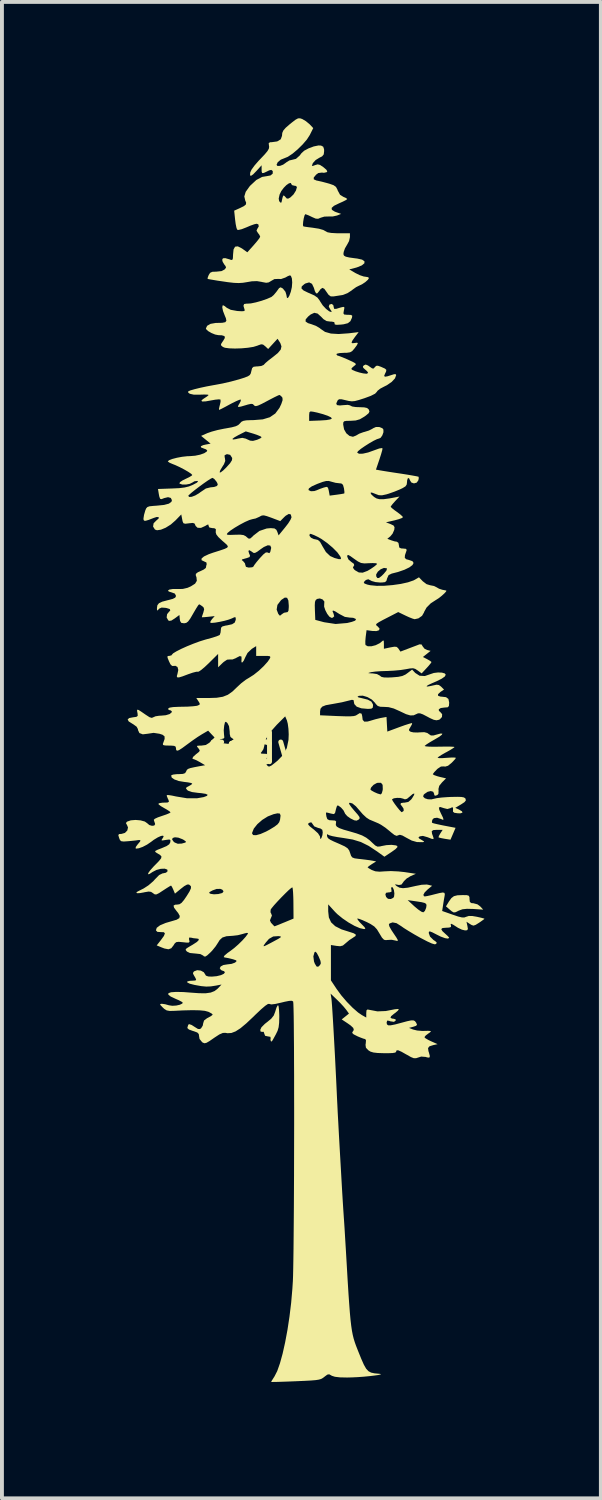
<source format=kicad_pcb>
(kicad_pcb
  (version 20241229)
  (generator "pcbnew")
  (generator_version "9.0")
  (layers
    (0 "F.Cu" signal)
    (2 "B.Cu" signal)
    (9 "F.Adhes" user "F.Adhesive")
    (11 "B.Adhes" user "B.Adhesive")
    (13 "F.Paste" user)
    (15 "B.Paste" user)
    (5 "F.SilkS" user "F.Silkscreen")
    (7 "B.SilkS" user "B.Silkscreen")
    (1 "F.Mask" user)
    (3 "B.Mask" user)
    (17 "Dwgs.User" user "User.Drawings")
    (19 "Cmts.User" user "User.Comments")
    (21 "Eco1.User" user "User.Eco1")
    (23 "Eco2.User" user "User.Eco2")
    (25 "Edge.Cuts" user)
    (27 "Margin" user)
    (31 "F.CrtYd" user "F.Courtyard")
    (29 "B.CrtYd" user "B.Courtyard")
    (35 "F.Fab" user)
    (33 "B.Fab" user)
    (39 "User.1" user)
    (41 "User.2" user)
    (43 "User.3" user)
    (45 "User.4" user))
  (footprint "redwood"
    (layer "F.Cu")
    (at 4.605 16.241)
    (property "Reference" "redwood" (at 0 0 0) (layer "F.SilkS") (effects (font (size 0.762 0.762) (thickness 0.127))))
    (attr board_only exclude_from_pos_files exclude_from_bom)
    (fp_poly (pts (xy 4.38 3.786) (xy 4.43 3.801) (xy 4.448 3.839) (xy 4.449 3.889) (xy 4.458 3.963) (xy 4.499 3.991) (xy 4.548 3.994) (xy 4.654 4.023) (xy 4.725 4.076) (xy 4.802 4.159) (xy 4.545 4.142) (xy 4.382 4.138) (xy 4.267 4.15) (xy 4.179 4.182) (xy 4.177 4.182) (xy 4.094 4.224) (xy 4.043 4.232) (xy 3.993 4.204) (xy 3.937 4.157) (xy 3.842 4.075) (xy 3.918 3.95) (xy 3.981 3.862) (xy 4.047 3.812) (xy 4.138 3.789) (xy 4.276 3.784) (xy 4.277 3.784)) (stroke (width 0) (type solid)) (fill yes) (layer "F.SilkS"))
    (fp_poly (pts (xy -0.472 6.654) (xy -0.462 6.74) (xy -0.456 6.864) (xy -0.455 6.918) (xy -0.459 7.077) (xy -0.472 7.19) (xy -0.499 7.283) (xy -0.546 7.379) (xy -0.548 7.382) (xy -0.605 7.486) (xy -0.637 7.541) (xy -0.655 7.56) (xy -0.666 7.555) (xy -0.675 7.547) (xy -0.683 7.5) (xy -0.677 7.476) (xy -0.685 7.438) (xy -0.749 7.427) (xy -0.82 7.412) (xy -0.841 7.359) (xy -0.841 7.358) (xy -0.858 7.308) (xy -0.893 7.31) (xy -0.936 7.304) (xy -0.946 7.259) (xy -0.915 7.192) (xy -0.829 7.105) (xy -0.77 7.059) (xy -0.662 6.97) (xy -0.597 6.887) (xy -0.559 6.787) (xy -0.556 6.776) (xy -0.527 6.684) (xy -0.497 6.629) (xy -0.486 6.622)) (stroke (width 0) (type solid)) (fill yes) (layer "F.SilkS"))
    (fp_poly (pts (xy 0.136 -16.223) (xy 0.231 -16.167) (xy 0.324 -16.09) (xy 0.329 -16.085) (xy 0.42 -15.989) (xy 0.331 -15.81) (xy 0.257 -15.695) (xy 0.147 -15.567) (xy 0.018 -15.44) (xy -0.114 -15.329) (xy -0.234 -15.249) (xy -0.309 -15.218) (xy -0.416 -15.175) (xy -0.495 -15.11) (xy -0.526 -15.041) (xy -0.5 -15.012) (xy -0.436 -15.015) (xy -0.356 -15.046) (xy -0.281 -15.099) (xy -0.275 -15.105) (xy -0.195 -15.155) (xy -0.129 -15.17) (xy -0.025 -15.196) (xy 0.071 -15.281) (xy 0.116 -15.341) (xy 0.187 -15.406) (xy 0.302 -15.467) (xy 0.433 -15.516) (xy 0.555 -15.541) (xy 0.622 -15.538) (xy 0.677 -15.509) (xy 0.699 -15.445) (xy 0.701 -15.397) (xy 0.691 -15.311) (xy 0.649 -15.26) (xy 0.581 -15.226) (xy 0.482 -15.165) (xy 0.41 -15.086) (xy 0.385 -15.015) (xy 0.412 -15.014) (xy 0.472 -15.036) (xy 0.535 -15.054) (xy 0.595 -15.039) (xy 0.679 -14.983) (xy 0.686 -14.978) (xy 0.761 -14.913) (xy 0.782 -14.871) (xy 0.766 -14.852) (xy 0.696 -14.836) (xy 0.643 -14.842) (xy 0.551 -14.83) (xy 0.494 -14.788) (xy 0.433 -14.714) (xy 0.434 -14.668) (xy 0.501 -14.638) (xy 0.54 -14.63) (xy 0.647 -14.606) (xy 0.779 -14.571) (xy 0.836 -14.555) (xy 0.944 -14.517) (xy 1.006 -14.473) (xy 1.043 -14.404) (xy 1.052 -14.378) (xy 1.111 -14.27) (xy 1.195 -14.217) (xy 1.266 -14.186) (xy 1.296 -14.16) (xy 1.296 -14.159) (xy 1.266 -14.135) (xy 1.188 -14.095) (xy 1.085 -14.049) (xy 0.956 -13.986) (xy 0.894 -13.931) (xy 0.901 -13.882) (xy 0.974 -13.836) (xy 1.016 -13.82) (xy 1.139 -13.777) (xy 1.034 -13.735) (xy 0.92 -13.71) (xy 0.819 -13.71) (xy 0.707 -13.707) (xy 0.615 -13.679) (xy 0.546 -13.651) (xy 0.484 -13.655) (xy 0.396 -13.693) (xy 0.384 -13.699) (xy 0.293 -13.742) (xy 0.228 -13.766) (xy 0.215 -13.769) (xy 0.196 -13.738) (xy 0.176 -13.665) (xy 0.161 -13.575) (xy 0.155 -13.497) (xy 0.161 -13.458) (xy 0.198 -13.448) (xy 0.287 -13.435) (xy 0.408 -13.42) (xy 0.42 -13.418) (xy 0.566 -13.395) (xy 0.678 -13.363) (xy 0.731 -13.334) (xy 0.788 -13.303) (xy 0.881 -13.286) (xy 1.025 -13.278) (xy 1.08 -13.278) (xy 1.366 -13.278) (xy 1.366 -13.178) (xy 1.344 -13.077) (xy 1.296 -12.988) (xy 1.238 -12.889) (xy 1.205 -12.795) (xy 1.198 -12.739) (xy 1.213 -12.701) (xy 1.259 -12.674) (xy 1.349 -12.653) (xy 1.494 -12.633) (xy 1.552 -12.626) (xy 1.679 -12.598) (xy 1.741 -12.555) (xy 1.739 -12.504) (xy 1.674 -12.45) (xy 1.547 -12.398) (xy 1.493 -12.383) (xy 1.349 -12.346) (xy 1.51 -12.251) (xy 1.62 -12.197) (xy 1.722 -12.163) (xy 1.764 -12.157) (xy 1.832 -12.146) (xy 1.857 -12.124) (xy 1.829 -12.078) (xy 1.762 -12.018) (xy 1.676 -11.961) (xy 1.6 -11.926) (xy 1.525 -11.888) (xy 1.434 -11.823) (xy 1.411 -11.804) (xy 1.304 -11.734) (xy 1.187 -11.688) (xy 1.166 -11.684) (xy 1.05 -11.666) (xy 0.946 -11.65) (xy 0.939 -11.649) (xy 0.869 -11.651) (xy 0.813 -11.693) (xy 0.77 -11.755) (xy 0.707 -11.844) (xy 0.658 -11.87) (xy 0.609 -11.837) (xy 0.574 -11.788) (xy 0.528 -11.731) (xy 0.494 -11.728) (xy 0.463 -11.785) (xy 0.437 -11.871) (xy 0.388 -11.974) (xy 0.315 -12.011) (xy 0.218 -11.983) (xy 0.191 -11.966) (xy 0.124 -11.908) (xy 0.116 -11.856) (xy 0.17 -11.803) (xy 0.289 -11.745) (xy 0.319 -11.733) (xy 0.448 -11.675) (xy 0.531 -11.617) (xy 0.587 -11.542) (xy 0.598 -11.521) (xy 0.664 -11.42) (xy 0.749 -11.329) (xy 0.832 -11.265) (xy 0.886 -11.246) (xy 0.893 -11.267) (xy 0.86 -11.314) (xy 0.821 -11.386) (xy 0.838 -11.439) (xy 0.895 -11.456) (xy 0.936 -11.427) (xy 0.946 -11.382) (xy 0.96 -11.328) (xy 1.012 -11.328) (xy 1.016 -11.33) (xy 1.134 -11.366) (xy 1.198 -11.38) (xy 1.222 -11.37) (xy 1.22 -11.332) (xy 1.21 -11.286) (xy 1.198 -11.214) (xy 1.218 -11.183) (xy 1.287 -11.176) (xy 1.313 -11.176) (xy 1.396 -11.172) (xy 1.426 -11.15) (xy 1.418 -11.099) (xy 1.417 -11.097) (xy 1.378 -11.011) (xy 1.313 -10.959) (xy 1.204 -10.931) (xy 1.133 -10.923) (xy 1.026 -10.917) (xy 0.976 -10.926) (xy 0.97 -10.952) (xy 0.97 -10.954) (xy 0.962 -10.987) (xy 0.897 -11) (xy 0.861 -11.001) (xy 0.765 -11.014) (xy 0.685 -11.062) (xy 0.625 -11.124) (xy 0.533 -11.207) (xy 0.448 -11.227) (xy 0.354 -11.184) (xy 0.289 -11.131) (xy 0.225 -11.057) (xy 0.223 -11.002) (xy 0.286 -10.96) (xy 0.371 -10.934) (xy 0.488 -10.891) (xy 0.59 -10.831) (xy 0.614 -10.81) (xy 0.724 -10.735) (xy 0.875 -10.692) (xy 1.074 -10.68) (xy 1.33 -10.698) (xy 1.365 -10.702) (xy 1.591 -10.729) (xy 1.496 -10.605) (xy 1.429 -10.51) (xy 1.407 -10.459) (xy 1.431 -10.442) (xy 1.489 -10.449) (xy 1.552 -10.457) (xy 1.57 -10.441) (xy 1.544 -10.39) (xy 1.487 -10.312) (xy 1.428 -10.244) (xy 1.37 -10.209) (xy 1.284 -10.196) (xy 1.207 -10.195) (xy 1.102 -10.189) (xy 1.033 -10.174) (xy 1.016 -10.16) (xy 1.04 -10.126) (xy 1.048 -10.125) (xy 1.093 -10.111) (xy 1.184 -10.076) (xy 1.301 -10.026) (xy 1.317 -10.019) (xy 1.436 -9.964) (xy 1.501 -9.928) (xy 1.52 -9.902) (xy 1.502 -9.877) (xy 1.477 -9.859) (xy 1.421 -9.81) (xy 1.401 -9.779) (xy 1.432 -9.752) (xy 1.509 -9.72) (xy 1.609 -9.688) (xy 1.709 -9.665) (xy 1.787 -9.656) (xy 1.81 -9.659) (xy 1.835 -9.682) (xy 1.808 -9.721) (xy 1.769 -9.755) (xy 1.709 -9.809) (xy 1.701 -9.846) (xy 1.726 -9.873) (xy 1.773 -9.893) (xy 1.832 -9.869) (xy 1.871 -9.841) (xy 1.938 -9.794) (xy 1.976 -9.79) (xy 2.008 -9.825) (xy 2.042 -9.859) (xy 2.086 -9.863) (xy 2.164 -9.836) (xy 2.182 -9.828) (xy 2.27 -9.788) (xy 2.305 -9.755) (xy 2.297 -9.709) (xy 2.274 -9.664) (xy 2.249 -9.603) (xy 2.267 -9.579) (xy 2.334 -9.59) (xy 2.412 -9.615) (xy 2.504 -9.644) (xy 2.547 -9.644) (xy 2.558 -9.62) (xy 2.527 -9.536) (xy 2.443 -9.446) (xy 2.322 -9.362) (xy 2.248 -9.325) (xy 2.148 -9.272) (xy 2.078 -9.217) (xy 2.059 -9.189) (xy 2.015 -9.142) (xy 1.905 -9.086) (xy 1.743 -9.026) (xy 1.596 -8.979) (xy 1.494 -8.952) (xy 1.416 -8.945) (xy 1.339 -8.954) (xy 1.262 -8.972) (xy 1.154 -8.997) (xy 1.092 -8.999) (xy 1.058 -8.98) (xy 1.049 -8.967) (xy 1.014 -8.89) (xy 1.031 -8.848) (xy 1.107 -8.838) (xy 1.187 -8.846) (xy 1.309 -8.854) (xy 1.375 -8.839) (xy 1.382 -8.831) (xy 1.427 -8.811) (xy 1.52 -8.797) (xy 1.612 -8.794) (xy 1.736 -8.789) (xy 1.808 -8.773) (xy 1.848 -8.739) (xy 1.856 -8.725) (xy 1.869 -8.68) (xy 1.847 -8.637) (xy 1.779 -8.58) (xy 1.737 -8.55) (xy 1.622 -8.482) (xy 1.514 -8.451) (xy 1.386 -8.443) (xy 1.275 -8.441) (xy 1.217 -8.43) (xy 1.195 -8.401) (xy 1.192 -8.347) (xy 1.215 -8.222) (xy 1.273 -8.121) (xy 1.355 -8.053) (xy 1.444 -8.031) (xy 1.53 -8.065) (xy 1.535 -8.07) (xy 1.607 -8.111) (xy 1.711 -8.149) (xy 1.746 -8.158) (xy 1.855 -8.192) (xy 1.943 -8.236) (xy 1.96 -8.249) (xy 2.036 -8.283) (xy 2.128 -8.282) (xy 2.204 -8.25) (xy 2.229 -8.217) (xy 2.23 -8.148) (xy 2.201 -8.067) (xy 2.157 -8.005) (xy 2.122 -7.988) (xy 2.064 -7.97) (xy 1.971 -7.925) (xy 1.861 -7.861) (xy 1.748 -7.789) (xy 1.648 -7.72) (xy 1.578 -7.662) (xy 1.552 -7.627) (xy 1.552 -7.625) (xy 1.598 -7.594) (xy 1.696 -7.595) (xy 1.837 -7.627) (xy 1.99 -7.682) (xy 2.121 -7.729) (xy 2.193 -7.74) (xy 2.207 -7.727) (xy 2.196 -7.675) (xy 2.168 -7.577) (xy 2.128 -7.453) (xy 2.122 -7.435) (xy 2.037 -7.184) (xy 2.148 -7.164) (xy 2.226 -7.151) (xy 2.355 -7.13) (xy 2.517 -7.105) (xy 2.692 -7.079) (xy 2.857 -7.053) (xy 2.995 -7.029) (xy 3.093 -7.011) (xy 3.136 -7) (xy 3.137 -7) (xy 3.14 -6.96) (xy 3.13 -6.909) (xy 3.087 -6.849) (xy 3.017 -6.829) (xy 2.95 -6.852) (xy 2.918 -6.902) (xy 2.889 -6.963) (xy 2.859 -6.962) (xy 2.84 -6.902) (xy 2.838 -6.865) (xy 2.83 -6.8) (xy 2.798 -6.753) (xy 2.725 -6.708) (xy 2.654 -6.674) (xy 2.515 -6.617) (xy 2.368 -6.565) (xy 2.305 -6.546) (xy 2.193 -6.522) (xy 2.111 -6.525) (xy 2.025 -6.557) (xy 2.016 -6.561) (xy 1.928 -6.594) (xy 1.896 -6.586) (xy 1.92 -6.542) (xy 1.988 -6.48) (xy 2.053 -6.441) (xy 2.131 -6.421) (xy 2.237 -6.422) (xy 2.386 -6.442) (xy 2.522 -6.467) (xy 2.645 -6.491) (xy 2.531 -6.371) (xy 2.464 -6.295) (xy 2.423 -6.241) (xy 2.417 -6.227) (xy 2.444 -6.196) (xy 2.512 -6.141) (xy 2.575 -6.096) (xy 2.662 -6.031) (xy 2.72 -5.978) (xy 2.733 -5.957) (xy 2.701 -5.934) (xy 2.62 -5.905) (xy 2.514 -5.876) (xy 2.295 -5.826) (xy 2.412 -5.781) (xy 2.49 -5.744) (xy 2.516 -5.7) (xy 2.509 -5.633) (xy 2.466 -5.534) (xy 2.409 -5.465) (xy 2.33 -5.401) (xy 2.428 -5.363) (xy 2.516 -5.335) (xy 2.577 -5.325) (xy 2.617 -5.295) (xy 2.628 -5.238) (xy 2.638 -5.176) (xy 2.685 -5.153) (xy 2.736 -5.15) (xy 2.811 -5.142) (xy 2.829 -5.114) (xy 2.824 -5.094) (xy 2.785 -4.979) (xy 2.78 -4.912) (xy 2.815 -4.875) (xy 2.888 -4.855) (xy 2.978 -4.824) (xy 3.007 -4.778) (xy 2.978 -4.724) (xy 2.898 -4.664) (xy 2.772 -4.603) (xy 2.604 -4.545) (xy 2.443 -4.504) (xy 2.363 -4.465) (xy 2.325 -4.381) (xy 2.324 -4.378) (xy 2.306 -4.315) (xy 2.27 -4.284) (xy 2.196 -4.275) (xy 2.141 -4.274) (xy 2.025 -4.285) (xy 1.929 -4.312) (xy 1.904 -4.325) (xy 1.84 -4.358) (xy 1.784 -4.341) (xy 1.765 -4.328) (xy 1.723 -4.283) (xy 1.739 -4.249) (xy 1.817 -4.22) (xy 1.89 -4.204) (xy 2.055 -4.188) (xy 2.254 -4.19) (xy 2.468 -4.208) (xy 2.678 -4.238) (xy 2.863 -4.279) (xy 3.005 -4.328) (xy 3.036 -4.344) (xy 3.146 -4.408) (xy 3.244 -4.306) (xy 3.341 -4.232) (xy 3.432 -4.204) (xy 3.534 -4.184) (xy 3.598 -4.152) (xy 3.664 -4.114) (xy 3.747 -4.087) (xy 3.851 -4.067) (xy 3.847 -4.044) (xy 3.803 -3.995) (xy 3.735 -3.933) (xy 3.66 -3.873) (xy 3.593 -3.83) (xy 3.591 -3.829) (xy 3.45 -3.738) (xy 3.341 -3.628) (xy 3.28 -3.518) (xy 3.276 -3.503) (xy 3.225 -3.415) (xy 3.132 -3.35) (xy 3.035 -3.328) (xy 2.982 -3.343) (xy 2.888 -3.38) (xy 2.801 -3.42) (xy 2.611 -3.512) (xy 2.365 -3.385) (xy 2.211 -3.306) (xy 2.111 -3.251) (xy 2.056 -3.214) (xy 2.039 -3.188) (xy 2.05 -3.166) (xy 2.081 -3.142) (xy 2.13 -3.087) (xy 2.117 -3.044) (xy 2.05 -3.022) (xy 1.944 -3.025) (xy 1.795 -3.045) (xy 1.772 -2.87) (xy 1.763 -2.763) (xy 1.764 -2.684) (xy 1.77 -2.661) (xy 1.827 -2.63) (xy 1.921 -2.63) (xy 2.03 -2.658) (xy 2.133 -2.709) (xy 2.184 -2.75) (xy 2.223 -2.782) (xy 2.239 -2.766) (xy 2.242 -2.692) (xy 2.242 -2.687) (xy 2.242 -2.566) (xy 2.407 -2.601) (xy 2.51 -2.619) (xy 2.568 -2.615) (xy 2.606 -2.584) (xy 2.62 -2.564) (xy 2.668 -2.493) (xy 2.884 -2.575) (xy 3.005 -2.621) (xy 3.106 -2.659) (xy 3.159 -2.68) (xy 3.214 -2.676) (xy 3.24 -2.63) (xy 3.289 -2.567) (xy 3.354 -2.535) (xy 3.446 -2.512) (xy 3.347 -2.433) (xy 3.248 -2.354) (xy 3.358 -2.297) (xy 3.431 -2.255) (xy 3.468 -2.225) (xy 3.468 -2.222) (xy 3.447 -2.189) (xy 3.391 -2.121) (xy 3.342 -2.067) (xy 3.215 -1.931) (xy 3.114 -2.006) (xy 3.051 -2.047) (xy 2.992 -2.064) (xy 2.911 -2.058) (xy 2.809 -2.039) (xy 2.672 -2.018) (xy 2.5 -2.002) (xy 2.327 -1.993) (xy 2.31 -1.993) (xy 2.159 -1.988) (xy 2.022 -1.978) (xy 1.924 -1.965) (xy 1.909 -1.962) (xy 1.849 -1.945) (xy 1.845 -1.937) (xy 1.905 -1.932) (xy 1.949 -1.931) (xy 2.063 -1.914) (xy 2.137 -1.874) (xy 2.14 -1.87) (xy 2.179 -1.841) (xy 2.243 -1.827) (xy 2.348 -1.824) (xy 2.458 -1.829) (xy 2.61 -1.842) (xy 2.716 -1.864) (xy 2.797 -1.901) (xy 2.848 -1.937) (xy 2.969 -2.029) (xy 3.05 -1.943) (xy 3.161 -1.871) (xy 3.297 -1.863) (xy 3.437 -1.911) (xy 3.529 -1.942) (xy 3.636 -1.955) (xy 3.738 -1.951) (xy 3.811 -1.93) (xy 3.836 -1.898) (xy 3.812 -1.851) (xy 3.735 -1.796) (xy 3.599 -1.728) (xy 3.49 -1.681) (xy 3.382 -1.631) (xy 3.34 -1.601) (xy 3.363 -1.592) (xy 3.452 -1.607) (xy 3.499 -1.618) (xy 3.598 -1.639) (xy 3.659 -1.632) (xy 3.711 -1.594) (xy 3.721 -1.585) (xy 3.792 -1.514) (xy 3.701 -1.454) (xy 3.637 -1.395) (xy 3.64 -1.352) (xy 3.707 -1.332) (xy 3.73 -1.331) (xy 3.844 -1.318) (xy 3.905 -1.272) (xy 3.924 -1.182) (xy 3.924 -1.17) (xy 3.918 -1.09) (xy 3.886 -1.057) (xy 3.806 -1.051) (xy 3.803 -1.051) (xy 3.708 -1.038) (xy 3.657 -1.006) (xy 3.66 -0.964) (xy 3.691 -0.94) (xy 3.743 -0.88) (xy 3.739 -0.807) (xy 3.684 -0.747) (xy 3.659 -0.735) (xy 3.597 -0.722) (xy 3.527 -0.735) (xy 3.429 -0.779) (xy 3.362 -0.815) (xy 3.247 -0.875) (xy 3.172 -0.902) (xy 3.12 -0.901) (xy 3.085 -0.885) (xy 3.007 -0.85) (xy 2.921 -0.848) (xy 2.813 -0.88) (xy 2.665 -0.95) (xy 2.655 -0.955) (xy 2.496 -1.026) (xy 2.362 -1.061) (xy 2.259 -1.067) (xy 2.149 -1.071) (xy 2.083 -1.092) (xy 2.034 -1.142) (xy 2.013 -1.172) (xy 1.931 -1.256) (xy 1.817 -1.321) (xy 1.698 -1.357) (xy 1.599 -1.353) (xy 1.591 -1.349) (xy 1.561 -1.33) (xy 1.587 -1.312) (xy 1.671 -1.293) (xy 1.825 -1.254) (xy 1.918 -1.204) (xy 1.958 -1.136) (xy 1.962 -1.102) (xy 1.954 -1.046) (xy 1.916 -1.021) (xy 1.828 -1.016) (xy 1.827 -1.016) (xy 1.66 -1.031) (xy 1.541 -1.073) (xy 1.479 -1.14) (xy 1.471 -1.179) (xy 1.46 -1.242) (xy 1.417 -1.25) (xy 1.41 -1.248) (xy 1.158 -1.186) (xy 0.901 -1.139) (xy 0.893 -1.138) (xy 0.744 -1.111) (xy 0.652 -1.074) (xy 0.607 -1.02) (xy 0.596 -0.95) (xy 0.596 -0.851) (xy 1.042 -0.831) (xy 1.238 -0.825) (xy 1.375 -0.824) (xy 1.465 -0.831) (xy 1.521 -0.846) (xy 1.544 -0.861) (xy 1.619 -0.907) (xy 1.667 -0.892) (xy 1.682 -0.832) (xy 1.695 -0.733) (xy 1.737 -0.687) (xy 1.822 -0.69) (xy 1.896 -0.711) (xy 2.024 -0.749) (xy 2.152 -0.78) (xy 2.179 -0.785) (xy 2.309 -0.808) (xy 2.319 -0.62) (xy 2.33 -0.431) (xy 2.643 -0.547) (xy 2.779 -0.596) (xy 2.889 -0.631) (xy 2.956 -0.649) (xy 2.97 -0.65) (xy 2.963 -0.615) (xy 2.926 -0.549) (xy 2.926 -0.549) (xy 2.889 -0.485) (xy 2.895 -0.451) (xy 2.932 -0.426) (xy 3.004 -0.41) (xy 3.112 -0.407) (xy 3.163 -0.411) (xy 3.283 -0.416) (xy 3.361 -0.395) (xy 3.397 -0.369) (xy 3.453 -0.331) (xy 3.517 -0.33) (xy 3.589 -0.35) (xy 3.699 -0.38) (xy 3.748 -0.379) (xy 3.738 -0.351) (xy 3.67 -0.298) (xy 3.546 -0.225) (xy 3.43 -0.158) (xy 3.342 -0.102) (xy 3.296 -0.065) (xy 3.293 -0.059) (xy 3.326 -0.049) (xy 3.414 -0.042) (xy 3.545 -0.04) (xy 3.679 -0.042) (xy 3.834 -0.044) (xy 3.959 -0.043) (xy 4.04 -0.039) (xy 4.064 -0.033) (xy 4.035 -0.009) (xy 3.96 0.039) (xy 3.854 0.099) (xy 3.839 0.106) (xy 3.732 0.167) (xy 3.656 0.216) (xy 3.626 0.244) (xy 3.626 0.246) (xy 3.664 0.253) (xy 3.753 0.253) (xy 3.869 0.245) (xy 3.985 0.238) (xy 4.068 0.239) (xy 4.099 0.246) (xy 4.076 0.281) (xy 4.018 0.344) (xy 3.985 0.377) (xy 3.895 0.45) (xy 3.822 0.472) (xy 3.79 0.467) (xy 3.713 0.47) (xy 3.627 0.526) (xy 3.607 0.545) (xy 3.542 0.613) (xy 3.506 0.661) (xy 3.503 0.669) (xy 3.534 0.69) (xy 3.613 0.718) (xy 3.674 0.735) (xy 3.844 0.775) (xy 3.74 0.879) (xy 3.669 0.967) (xy 3.648 1.048) (xy 3.651 1.086) (xy 3.647 1.175) (xy 3.617 1.207) (xy 3.558 1.224) (xy 3.54 1.202) (xy 3.538 1.177) (xy 3.513 1.12) (xy 3.45 1.102) (xy 3.368 1.122) (xy 3.286 1.178) (xy 3.264 1.202) (xy 3.255 1.249) (xy 3.299 1.289) (xy 3.375 1.314) (xy 3.465 1.317) (xy 3.53 1.302) (xy 3.606 1.285) (xy 3.732 1.269) (xy 3.885 1.258) (xy 3.97 1.254) (xy 4.133 1.251) (xy 4.239 1.254) (xy 4.303 1.266) (xy 4.337 1.288) (xy 4.347 1.302) (xy 4.354 1.345) (xy 4.318 1.389) (xy 4.23 1.447) (xy 4.082 1.535) (xy 4.178 1.579) (xy 4.256 1.626) (xy 4.266 1.66) (xy 4.211 1.677) (xy 4.143 1.675) (xy 4.057 1.662) (xy 4.023 1.634) (xy 4.023 1.583) (xy 4.024 1.526) (xy 3.993 1.524) (xy 3.958 1.542) (xy 3.878 1.565) (xy 3.784 1.542) (xy 3.779 1.54) (xy 3.695 1.513) (xy 3.66 1.527) (xy 3.67 1.587) (xy 3.711 1.677) (xy 3.762 1.781) (xy 3.779 1.834) (xy 3.763 1.844) (xy 3.716 1.823) (xy 3.613 1.79) (xy 3.53 1.801) (xy 3.489 1.844) (xy 3.479 1.903) (xy 3.485 1.92) (xy 3.526 1.935) (xy 3.618 1.957) (xy 3.745 1.984) (xy 3.796 1.994) (xy 4.089 2.05) (xy 4.024 2.203) (xy 3.958 2.356) (xy 3.811 2.333) (xy 3.717 2.315) (xy 3.659 2.3) (xy 3.651 2.296) (xy 3.659 2.261) (xy 3.696 2.195) (xy 3.697 2.193) (xy 3.757 2.102) (xy 3.613 2.102) (xy 3.515 2.108) (xy 3.475 2.137) (xy 3.483 2.203) (xy 3.503 2.257) (xy 3.523 2.317) (xy 3.517 2.341) (xy 3.472 2.333) (xy 3.374 2.295) (xy 3.366 2.292) (xy 3.247 2.258) (xy 3.168 2.27) (xy 3.167 2.27) (xy 3.133 2.297) (xy 3.15 2.325) (xy 3.209 2.359) (xy 3.271 2.397) (xy 3.275 2.414) (xy 3.241 2.42) (xy 3.094 2.417) (xy 2.96 2.379) (xy 2.826 2.308) (xy 2.72 2.249) (xy 2.653 2.229) (xy 2.609 2.243) (xy 2.608 2.244) (xy 2.569 2.257) (xy 2.513 2.234) (xy 2.428 2.168) (xy 2.392 2.137) (xy 2.281 2.047) (xy 2.169 1.972) (xy 2.102 1.936) (xy 1.985 1.886) (xy 1.873 1.839) (xy 1.87 1.838) (xy 1.79 1.786) (xy 1.695 1.697) (xy 1.625 1.616) (xy 1.52 1.495) (xy 1.43 1.422) (xy 1.363 1.403) (xy 1.342 1.414) (xy 1.354 1.448) (xy 1.403 1.517) (xy 1.48 1.609) (xy 1.485 1.615) (xy 1.569 1.711) (xy 1.611 1.77) (xy 1.617 1.807) (xy 1.594 1.835) (xy 1.586 1.841) (xy 1.537 1.865) (xy 1.478 1.856) (xy 1.385 1.81) (xy 1.384 1.81) (xy 1.297 1.749) (xy 1.241 1.685) (xy 1.232 1.664) (xy 1.199 1.598) (xy 1.137 1.528) (xy 1.072 1.48) (xy 1.046 1.472) (xy 1.026 1.502) (xy 1.004 1.577) (xy 1.001 1.591) (xy 0.982 1.67) (xy 0.949 1.696) (xy 0.88 1.683) (xy 0.868 1.68) (xy 0.791 1.66) (xy 0.751 1.655) (xy 0.75 1.656) (xy 0.75 1.692) (xy 0.76 1.76) (xy 0.783 1.826) (xy 0.833 1.853) (xy 0.902 1.857) (xy 0.983 1.863) (xy 1.011 1.887) (xy 1.006 1.926) (xy 1.002 1.978) (xy 1.027 2.019) (xy 1.091 2.057) (xy 1.205 2.098) (xy 1.35 2.139) (xy 1.54 2.195) (xy 1.679 2.246) (xy 1.786 2.304) (xy 1.879 2.375) (xy 1.941 2.434) (xy 2.019 2.506) (xy 2.077 2.535) (xy 2.143 2.53) (xy 2.178 2.521) (xy 2.307 2.496) (xy 2.439 2.489) (xy 2.546 2.502) (xy 2.585 2.517) (xy 2.591 2.547) (xy 2.542 2.599) (xy 2.443 2.67) (xy 2.255 2.795) (xy 2.065 2.658) (xy 1.848 2.515) (xy 1.648 2.416) (xy 1.438 2.352) (xy 1.192 2.311) (xy 1.191 2.311) (xy 1.042 2.289) (xy 0.916 2.265) (xy 0.832 2.242) (xy 0.811 2.231) (xy 0.775 2.213) (xy 0.775 2.253) (xy 0.775 2.257) (xy 0.786 2.294) (xy 0.81 2.325) (xy 0.86 2.358) (xy 0.947 2.401) (xy 1.085 2.461) (xy 1.112 2.473) (xy 1.233 2.529) (xy 1.305 2.577) (xy 1.347 2.633) (xy 1.371 2.7) (xy 1.396 2.773) (xy 1.428 2.814) (xy 1.488 2.837) (xy 1.593 2.851) (xy 1.625 2.854) (xy 1.759 2.87) (xy 1.88 2.886) (xy 1.941 2.896) (xy 2.042 2.916) (xy 1.932 2.985) (xy 1.86 3.034) (xy 1.823 3.065) (xy 1.822 3.068) (xy 1.849 3.091) (xy 1.918 3.131) (xy 1.932 3.138) (xy 2.021 3.171) (xy 2.129 3.181) (xy 2.261 3.172) (xy 2.421 3.165) (xy 2.613 3.174) (xy 2.773 3.191) (xy 3.066 3.235) (xy 2.928 3.296) (xy 2.829 3.356) (xy 2.754 3.43) (xy 2.743 3.448) (xy 2.694 3.513) (xy 2.629 3.524) (xy 2.6 3.519) (xy 2.536 3.507) (xy 2.534 3.52) (xy 2.573 3.554) (xy 2.643 3.593) (xy 2.734 3.606) (xy 2.86 3.593) (xy 3.037 3.554) (xy 3.049 3.551) (xy 3.216 3.518) (xy 3.346 3.512) (xy 3.381 3.518) (xy 3.485 3.544) (xy 3.371 3.638) (xy 3.293 3.715) (xy 3.259 3.778) (xy 3.275 3.814) (xy 3.302 3.818) (xy 3.358 3.809) (xy 3.457 3.787) (xy 3.538 3.766) (xy 3.678 3.731) (xy 3.762 3.717) (xy 3.803 3.728) (xy 3.812 3.764) (xy 3.806 3.81) (xy 3.788 3.909) (xy 3.769 4.03) (xy 3.766 4.05) (xy 3.744 4.194) (xy 4.015 4.289) (xy 4.157 4.337) (xy 4.252 4.36) (xy 4.316 4.361) (xy 4.363 4.344) (xy 4.431 4.322) (xy 4.525 4.324) (xy 4.637 4.343) (xy 4.744 4.367) (xy 4.815 4.386) (xy 4.835 4.395) (xy 4.808 4.418) (xy 4.741 4.466) (xy 4.694 4.498) (xy 4.607 4.552) (xy 4.552 4.571) (xy 4.504 4.556) (xy 4.462 4.531) (xy 4.371 4.471) (xy 4.395 4.583) (xy 4.407 4.659) (xy 4.387 4.69) (xy 4.334 4.695) (xy 4.252 4.675) (xy 4.151 4.627) (xy 4.12 4.607) (xy 4.023 4.545) (xy 3.973 4.523) (xy 3.962 4.541) (xy 3.972 4.572) (xy 3.97 4.607) (xy 3.921 4.622) (xy 3.853 4.625) (xy 3.754 4.633) (xy 3.72 4.66) (xy 3.749 4.712) (xy 3.819 4.777) (xy 3.886 4.838) (xy 3.922 4.879) (xy 3.924 4.885) (xy 3.896 4.906) (xy 3.82 4.895) (xy 3.707 4.854) (xy 3.596 4.799) (xy 3.489 4.744) (xy 3.43 4.721) (xy 3.404 4.727) (xy 3.398 4.759) (xy 3.398 4.762) (xy 3.431 4.854) (xy 3.52 4.942) (xy 3.566 4.972) (xy 3.605 5.01) (xy 3.587 5.045) (xy 3.551 5.053) (xy 3.478 5.032) (xy 3.363 4.98) (xy 3.196 4.893) (xy 3.184 4.887) (xy 3.026 4.798) (xy 2.877 4.709) (xy 2.756 4.633) (xy 2.691 4.587) (xy 2.567 4.508) (xy 2.466 4.488) (xy 2.387 4.516) (xy 2.37 4.544) (xy 2.385 4.597) (xy 2.435 4.686) (xy 2.488 4.766) (xy 2.562 4.876) (xy 2.598 4.939) (xy 2.6 4.965) (xy 2.573 4.965) (xy 2.554 4.959) (xy 2.441 4.936) (xy 2.319 4.942) (xy 2.296 4.946) (xy 2.245 4.936) (xy 2.192 4.881) (xy 2.127 4.773) (xy 2.063 4.668) (xy 1.994 4.593) (xy 1.898 4.53) (xy 1.801 4.48) (xy 1.687 4.429) (xy 1.6 4.396) (xy 1.557 4.388) (xy 1.555 4.389) (xy 1.568 4.421) (xy 1.619 4.484) (xy 1.667 4.533) (xy 1.739 4.607) (xy 1.764 4.645) (xy 1.745 4.659) (xy 1.727 4.66) (xy 1.623 4.637) (xy 1.485 4.578) (xy 1.331 4.491) (xy 1.178 4.387) (xy 1.043 4.277) (xy 0.983 4.218) (xy 0.806 4.023) (xy 0.806 4.203) (xy 0.823 4.361) (xy 0.881 4.487) (xy 0.987 4.586) (xy 1.149 4.668) (xy 1.341 4.729) (xy 1.463 4.768) (xy 1.518 4.803) (xy 1.511 4.839) (xy 1.446 4.882) (xy 1.446 4.883) (xy 1.351 4.944) (xy 1.258 5.023) (xy 1.256 5.025) (xy 1.185 5.084) (xy 1.114 5.103) (xy 1.02 5.094) (xy 0.876 5.071) (xy 0.876 5.983) (xy 1.024 6.206) (xy 1.144 6.37) (xy 1.286 6.536) (xy 1.435 6.688) (xy 1.575 6.81) (xy 1.673 6.877) (xy 1.787 6.941) (xy 1.787 6.83) (xy 1.793 6.755) (xy 1.82 6.733) (xy 1.866 6.742) (xy 2.076 6.782) (xy 2.29 6.773) (xy 2.409 6.75) (xy 2.52 6.728) (xy 2.599 6.72) (xy 2.628 6.728) (xy 2.601 6.765) (xy 2.535 6.821) (xy 2.505 6.842) (xy 2.426 6.908) (xy 2.412 6.951) (xy 2.464 6.97) (xy 2.496 6.972) (xy 2.545 6.99) (xy 2.548 7.016) (xy 2.502 7.052) (xy 2.408 7.038) (xy 2.374 7.025) (xy 2.326 7.02) (xy 2.312 7.072) (xy 2.312 7.073) (xy 2.321 7.118) (xy 2.353 7.141) (xy 2.419 7.141) (xy 2.532 7.119) (xy 2.689 7.077) (xy 2.841 7.036) (xy 2.941 7.015) (xy 3.002 7.014) (xy 3.041 7.032) (xy 3.071 7.07) (xy 3.074 7.076) (xy 3.096 7.125) (xy 3.072 7.154) (xy 3.004 7.177) (xy 2.89 7.208) (xy 2.995 7.25) (xy 3.097 7.275) (xy 3.223 7.286) (xy 3.257 7.286) (xy 3.382 7.283) (xy 3.444 7.288) (xy 3.452 7.304) (xy 3.414 7.335) (xy 3.387 7.353) (xy 3.319 7.405) (xy 3.288 7.445) (xy 3.287 7.448) (xy 3.316 7.477) (xy 3.392 7.521) (xy 3.457 7.552) (xy 3.626 7.627) (xy 3.513 7.652) (xy 3.417 7.682) (xy 3.38 7.728) (xy 3.39 7.807) (xy 3.403 7.845) (xy 3.427 7.937) (xy 3.412 7.975) (xy 3.352 7.968) (xy 3.323 7.957) (xy 3.204 7.947) (xy 3.132 7.97) (xy 3.069 7.99) (xy 3.012 7.989) (xy 2.939 7.96) (xy 2.83 7.898) (xy 2.825 7.896) (xy 2.696 7.823) (xy 2.615 7.787) (xy 2.572 7.785) (xy 2.558 7.814) (xy 2.558 7.821) (xy 2.536 7.844) (xy 2.467 7.856) (xy 2.341 7.861) (xy 2.244 7.86) (xy 2.081 7.855) (xy 1.971 7.842) (xy 1.895 7.819) (xy 1.841 7.785) (xy 1.779 7.72) (xy 1.768 7.645) (xy 1.774 7.606) (xy 1.78 7.529) (xy 1.761 7.497) (xy 1.761 7.497) (xy 1.711 7.484) (xy 1.621 7.45) (xy 1.56 7.424) (xy 1.462 7.374) (xy 1.424 7.337) (xy 1.433 7.312) (xy 1.466 7.261) (xy 1.452 7.209) (xy 1.385 7.146) (xy 1.312 7.094) (xy 1.154 6.989) (xy 1.248 6.914) (xy 1.341 6.839) (xy 1.269 6.739) (xy 1.204 6.66) (xy 1.111 6.559) (xy 1.032 6.481) (xy 0.868 6.324) (xy 0.888 6.446) (xy 0.895 6.513) (xy 0.905 6.64) (xy 0.917 6.821) (xy 0.931 7.047) (xy 0.946 7.308) (xy 0.962 7.597) (xy 0.979 7.906) (xy 0.995 8.225) (xy 1.011 8.546) (xy 1.026 8.862) (xy 1.034 9.039) (xy 1.042 9.195) (xy 1.052 9.404) (xy 1.066 9.655) (xy 1.081 9.937) (xy 1.098 10.24) (xy 1.116 10.554) (xy 1.134 10.866) (xy 1.151 11.167) (xy 1.167 11.446) (xy 1.182 11.691) (xy 1.195 11.894) (xy 1.205 12.041) (xy 1.208 12.087) (xy 1.216 12.201) (xy 1.227 12.367) (xy 1.239 12.567) (xy 1.252 12.783) (xy 1.26 12.91) (xy 1.286 13.351) (xy 1.308 13.729) (xy 1.328 14.049) (xy 1.347 14.319) (xy 1.364 14.543) (xy 1.381 14.73) (xy 1.399 14.885) (xy 1.418 15.014) (xy 1.439 15.123) (xy 1.463 15.22) (xy 1.491 15.311) (xy 1.523 15.401) (xy 1.561 15.498) (xy 1.576 15.536) (xy 1.659 15.741) (xy 1.725 15.89) (xy 1.783 15.992) (xy 1.842 16.057) (xy 1.911 16.094) (xy 1.998 16.113) (xy 2.113 16.124) (xy 2.12 16.124) (xy 2.166 16.132) (xy 2.153 16.143) (xy 2.092 16.157) (xy 1.992 16.171) (xy 1.864 16.186) (xy 1.719 16.2) (xy 1.567 16.211) (xy 1.418 16.218) (xy 1.293 16.221) (xy 1.107 16.217) (xy 0.98 16.202) (xy 0.901 16.177) (xy 0.886 16.168) (xy 0.832 16.138) (xy 0.784 16.146) (xy 0.716 16.196) (xy 0.708 16.203) (xy 0.667 16.234) (xy 0.624 16.258) (xy 0.566 16.275) (xy 0.484 16.288) (xy 0.364 16.298) (xy 0.197 16.307) (xy -0.029 16.317) (xy -0.031 16.317) (xy -0.233 16.325) (xy -0.408 16.331) (xy -0.546 16.335) (xy -0.636 16.336) (xy -0.666 16.334) (xy -0.648 16.302) (xy -0.604 16.232) (xy -0.579 16.193) (xy -0.508 16.054) (xy -0.438 15.855) (xy -0.369 15.605) (xy -0.304 15.314) (xy -0.244 14.992) (xy -0.192 14.649) (xy -0.149 14.294) (xy -0.118 13.937) (xy -0.105 13.734) (xy -0.1 13.603) (xy -0.096 13.417) (xy -0.092 13.179) (xy -0.088 12.897) (xy -0.085 12.575) (xy -0.082 12.219) (xy -0.079 11.836) (xy -0.077 11.43) (xy -0.075 11.007) (xy -0.074 10.574) (xy -0.073 10.135) (xy -0.072 9.697) (xy -0.072 9.265) (xy -0.073 8.845) (xy -0.073 8.442) (xy -0.075 8.062) (xy -0.076 7.711) (xy -0.079 7.395) (xy -0.081 7.119) (xy -0.084 6.889) (xy -0.088 6.71) (xy -0.092 6.589) (xy -0.097 6.531) (xy -0.098 6.527) (xy -0.13 6.509) (xy -0.198 6.511) (xy -0.315 6.534) (xy -0.4 6.555) (xy -0.56 6.591) (xy -0.661 6.603) (xy -0.711 6.59) (xy -0.713 6.589) (xy -0.747 6.591) (xy -0.817 6.638) (xy -0.925 6.73) (xy -1.075 6.872) (xy -1.119 6.916) (xy -1.305 7.091) (xy -1.456 7.217) (xy -1.582 7.298) (xy -1.69 7.339) (xy -1.791 7.345) (xy -1.845 7.335) (xy -1.91 7.338) (xy -2.001 7.377) (xy -2.128 7.46) (xy -2.145 7.472) (xy -2.258 7.55) (xy -2.331 7.592) (xy -2.38 7.604) (xy -2.421 7.59) (xy -2.444 7.576) (xy -2.511 7.493) (xy -2.522 7.428) (xy -2.531 7.366) (xy -2.569 7.327) (xy -2.654 7.295) (xy -2.682 7.287) (xy -2.784 7.25) (xy -2.824 7.213) (xy -2.822 7.192) (xy -2.805 7.138) (xy -2.803 7.127) (xy -2.778 7.111) (xy -2.714 7.133) (xy -2.628 7.188) (xy -2.552 7.235) (xy -2.502 7.238) (xy -2.471 7.218) (xy -2.428 7.149) (xy -2.417 7.09) (xy -2.395 7.018) (xy -2.319 6.959) (xy -2.295 6.947) (xy -2.216 6.904) (xy -2.174 6.87) (xy -2.172 6.865) (xy -2.201 6.836) (xy -2.272 6.798) (xy -2.286 6.792) (xy -2.375 6.768) (xy -2.508 6.755) (xy -2.694 6.751) (xy -2.937 6.757) (xy -3.161 6.768) (xy -3.281 6.771) (xy -3.358 6.757) (xy -3.419 6.719) (xy -3.458 6.683) (xy -3.517 6.621) (xy -3.528 6.594) (xy -3.495 6.587) (xy -3.482 6.586) (xy -3.397 6.598) (xy -3.3 6.625) (xy -3.214 6.638) (xy -3.112 6.632) (xy -3.018 6.611) (xy -2.955 6.58) (xy -2.943 6.557) (xy -2.973 6.533) (xy -3.049 6.493) (xy -3.125 6.46) (xy -3.255 6.399) (xy -3.317 6.349) (xy -3.313 6.313) (xy -3.245 6.289) (xy -3.115 6.28) (xy -2.923 6.284) (xy -2.744 6.298) (xy -2.518 6.314) (xy -2.349 6.315) (xy -2.222 6.297) (xy -2.126 6.259) (xy -2.048 6.2) (xy -2.029 6.181) (xy -1.944 6.09) (xy -2.085 6.117) (xy -2.219 6.138) (xy -2.337 6.143) (xy -2.466 6.131) (xy -2.633 6.101) (xy -2.64 6.1) (xy -2.764 6.068) (xy -2.827 6.037) (xy -2.828 6.011) (xy -2.763 5.995) (xy -2.689 5.991) (xy -2.616 5.986) (xy -2.598 5.96) (xy -2.629 5.898) (xy -2.646 5.872) (xy -2.68 5.808) (xy -2.67 5.769) (xy -2.647 5.748) (xy -2.571 5.72) (xy -2.478 5.731) (xy -2.401 5.773) (xy -2.372 5.818) (xy -2.346 5.861) (xy -2.286 5.882) (xy -2.195 5.886) (xy -2.07 5.875) (xy -1.959 5.848) (xy -1.882 5.811) (xy -1.857 5.775) (xy -1.88 5.745) (xy -1.883 5.745) (xy -1.933 5.728) (xy -1.96 5.713) (xy -1.99 5.669) (xy -1.964 5.623) (xy -1.896 5.587) (xy -1.798 5.571) (xy -1.789 5.57) (xy -1.684 5.557) (xy -1.599 5.526) (xy -1.593 5.522) (xy -1.557 5.489) (xy -1.566 5.467) (xy -1.631 5.444) (xy -1.665 5.434) (xy -1.764 5.41) (xy -1.837 5.396) (xy -1.848 5.396) (xy -1.888 5.383) (xy -1.879 5.364) (xy 0.423 5.364) (xy 0.44 5.496) (xy 0.461 5.551) (xy 0.505 5.624) (xy 0.547 5.632) (xy 0.595 5.588) (xy 0.616 5.543) (xy 0.606 5.479) (xy 0.563 5.376) (xy 0.562 5.372) (xy 0.512 5.278) (xy 0.478 5.243) (xy 0.453 5.258) (xy 0.423 5.364) (xy -1.879 5.364) (xy -1.869 5.344) (xy -1.79 5.277) (xy -1.714 5.223) (xy -1.616 5.148) (xy -1.56 5.099) (xy -0.862 5.099) (xy -0.843 5.101) (xy -0.783 5.074) (xy -0.674 5.017) (xy -0.596 4.975) (xy -0.481 4.913) (xy -0.422 4.875) (xy -0.411 4.856) (xy -0.443 4.846) (xy -0.48 4.842) (xy -0.612 4.851) (xy -0.721 4.913) (xy -0.809 5.015) (xy -0.848 5.07) (xy -0.862 5.099) (xy -1.56 5.099) (xy -1.509 5.054) (xy -1.406 4.953) (xy -1.323 4.861) (xy -1.271 4.79) (xy -1.261 4.764) (xy -1.29 4.758) (xy -1.362 4.775) (xy -1.393 4.785) (xy -1.522 4.818) (xy -1.656 4.834) (xy -1.664 4.834) (xy -1.817 4.845) (xy -1.921 4.878) (xy -1.992 4.943) (xy -2.031 5.006) (xy -2.096 5.106) (xy -2.187 5.218) (xy -2.234 5.266) (xy -2.315 5.34) (xy -2.365 5.37) (xy -2.399 5.362) (xy -2.416 5.344) (xy -2.49 5.305) (xy -2.621 5.29) (xy -2.628 5.29) (xy -2.759 5.277) (xy -2.836 5.24) (xy -2.838 5.237) (xy -2.864 5.205) (xy -2.868 5.182) (xy -2.84 5.154) (xy -2.77 5.111) (xy -2.689 5.064) (xy -2.578 4.992) (xy -2.528 4.94) (xy -2.54 4.911) (xy -2.584 4.904) (xy -2.669 4.895) (xy -2.722 4.883) (xy -2.776 4.878) (xy -2.784 4.915) (xy -2.777 4.942) (xy -2.769 4.987) (xy -2.787 5.008) (xy -2.846 5.009) (xy -2.94 4.999) (xy -3.048 4.989) (xy -3.111 4.997) (xy -3.151 5.031) (xy -3.182 5.081) (xy -3.24 5.155) (xy -3.313 5.181) (xy -3.416 5.161) (xy -3.49 5.133) (xy -3.615 5.081) (xy -3.507 4.944) (xy -3.43 4.838) (xy -3.404 4.773) (xy -3.429 4.742) (xy -3.506 4.738) (xy -3.511 4.738) (xy -3.599 4.732) (xy -3.635 4.693) (xy -3.635 4.691) (xy -3.614 4.627) (xy -3.529 4.563) (xy -3.384 4.502) (xy -3.239 4.46) (xy -3.159 4.436) (xy -0.696 4.436) (xy -0.671 4.493) (xy -0.65 4.517) (xy -0.6 4.57) (xy -0.578 4.59) (xy -0.545 4.577) (xy -0.463 4.545) (xy -0.35 4.498) (xy -0.329 4.49) (xy -0.088 4.39) (xy -0.091 3.999) (xy -0.092 3.914) (xy 2.855 3.914) (xy 3.03 4.076) (xy 3.126 4.156) (xy 3.208 4.212) (xy 3.257 4.229) (xy 3.298 4.193) (xy 3.33 4.115) (xy 3.331 4.11) (xy 3.34 4.052) (xy 3.332 4.013) (xy 3.293 3.987) (xy 3.213 3.967) (xy 3.078 3.946) (xy 3.03 3.939) (xy 2.855 3.914) (xy -0.092 3.914) (xy -0.094 3.84) (xy -0.097 3.769) (xy 2.28 3.769) (xy 2.299 3.833) (xy 2.347 3.88) (xy 2.419 3.886) (xy 2.484 3.855) (xy 2.504 3.822) (xy 2.512 3.743) (xy 2.5 3.657) (xy 2.473 3.592) (xy 2.446 3.574) (xy 2.428 3.601) (xy 2.435 3.644) (xy 2.439 3.695) (xy 2.395 3.713) (xy 2.367 3.714) (xy 2.297 3.725) (xy 2.28 3.769) (xy -0.097 3.769) (xy -0.1 3.708) (xy -0.109 3.617) (xy -0.117 3.585) (xy -0.147 3.6) (xy -0.212 3.656) (xy -0.3 3.741) (xy -0.4 3.842) (xy -0.5 3.947) (xy -0.589 4.045) (xy -0.654 4.124) (xy -0.677 4.158) (xy -0.682 4.227) (xy -0.666 4.256) (xy -0.645 4.313) (xy -0.671 4.375) (xy -0.696 4.436) (xy -3.159 4.436) (xy -3.103 4.42) (xy -3.032 4.378) (xy -3.02 4.323) (xy -3.062 4.246) (xy -3.101 4.198) (xy -3.168 4.108) (xy -3.181 4.055) (xy -3.14 4.032) (xy -3.088 4.029) (xy -3.028 4.02) (xy -2.974 3.984) (xy -2.911 3.909) (xy -2.844 3.811) (xy -2.793 3.729) (xy -2.265 3.729) (xy -2.231 3.749) (xy -2.224 3.752) (xy -2.139 3.764) (xy -2.028 3.757) (xy -1.934 3.733) (xy -1.918 3.725) (xy -1.892 3.685) (xy -1.925 3.644) (xy -1.976 3.624) (xy -2.072 3.626) (xy -2.177 3.664) (xy -2.249 3.704) (xy -2.265 3.729) (xy -2.793 3.729) (xy -2.768 3.688) (xy -2.732 3.607) (xy -2.733 3.558) (xy -2.739 3.549) (xy -2.782 3.512) (xy -2.832 3.513) (xy -2.906 3.554) (xy -2.997 3.625) (xy -3.145 3.747) (xy -3.188 3.643) (xy -3.222 3.571) (xy -3.245 3.539) (xy -3.245 3.538) (xy -3.279 3.556) (xy -3.355 3.603) (xy -3.452 3.666) (xy -3.556 3.734) (xy -3.621 3.766) (xy -3.663 3.767) (xy -3.701 3.742) (xy -3.709 3.735) (xy -3.761 3.701) (xy -3.824 3.693) (xy -3.927 3.71) (xy -3.941 3.714) (xy -4.042 3.732) (xy -4.111 3.736) (xy -4.127 3.732) (xy -4.138 3.721) (xy -4.133 3.709) (xy -4.099 3.688) (xy -4.023 3.649) (xy -3.951 3.613) (xy -3.828 3.533) (xy -3.706 3.428) (xy -3.659 3.376) (xy -3.552 3.267) (xy -3.463 3.224) (xy -3.451 3.223) (xy -3.376 3.207) (xy -3.334 3.169) (xy -3.343 3.126) (xy -3.409 3.103) (xy -3.51 3.107) (xy -3.621 3.136) (xy -3.715 3.184) (xy -3.716 3.184) (xy -3.8 3.239) (xy -3.839 3.248) (xy -3.832 3.215) (xy -3.782 3.145) (xy -3.691 3.043) (xy -3.659 3.011) (xy -3.557 2.906) (xy -3.502 2.837) (xy -3.492 2.79) (xy -3.526 2.751) (xy -3.603 2.704) (xy -3.625 2.691) (xy -3.656 2.667) (xy -3.648 2.644) (xy -3.591 2.615) (xy -3.485 2.574) (xy -3.361 2.521) (xy -3.292 2.474) (xy -3.265 2.422) (xy -3.264 2.417) (xy -3.262 2.367) (xy -3.289 2.351) (xy -3.218 2.351) (xy -3.179 2.407) (xy -3.151 2.429) (xy -3.072 2.461) (xy -2.97 2.456) (xy -2.873 2.429) (xy -2.861 2.405) (xy -2.915 2.364) (xy -2.953 2.343) (xy -3.059 2.303) (xy -3.146 2.294) (xy -3.203 2.312) (xy -3.218 2.351) (xy -3.289 2.351) (xy -3.29 2.351) (xy -3.365 2.36) (xy -3.384 2.363) (xy -3.467 2.376) (xy -3.493 2.369) (xy -3.474 2.337) (xy -3.47 2.332) (xy -3.436 2.275) (xy -3.451 2.252) (xy -3.505 2.26) (xy -3.588 2.297) (xy -3.69 2.359) (xy -3.76 2.412) (xy -3.864 2.483) (xy -3.975 2.541) (xy -4.075 2.577) (xy -4.144 2.586) (xy -4.16 2.578) (xy -4.153 2.542) (xy -4.109 2.481) (xy -4.105 2.476) (xy -4.043 2.402) (xy -4.036 2.367) (xy -4.082 2.365) (xy -4.09 2.366) (xy -4.158 2.376) (xy -4.268 2.387) (xy -4.351 2.395) (xy -4.464 2.403) (xy -4.527 2.396) (xy -4.561 2.368) (xy -4.584 2.312) (xy -4.585 2.309) (xy -4.605 2.238) (xy -4.586 2.211) (xy -4.524 2.207) (xy -4.493 2.198) (xy -1.156 2.198) (xy -1.128 2.237) (xy -1.053 2.24) (xy -0.939 2.209) (xy -0.797 2.147) (xy -0.706 2.098) (xy -0.578 2.02) (xy -0.509 1.967) (xy 0.291 1.967) (xy 0.336 2.016) (xy 0.432 2.092) (xy 0.439 2.097) (xy 0.543 2.191) (xy 0.593 2.27) (xy 0.596 2.29) (xy 0.602 2.339) (xy 0.623 2.323) (xy 0.631 2.312) (xy 0.657 2.238) (xy 0.665 2.167) (xy 0.654 2.101) (xy 0.605 2.067) (xy 0.547 2.053) (xy 0.447 2.013) (xy 0.41 1.961) (xy 0.375 1.911) (xy 0.336 1.913) (xy 0.293 1.936) (xy 0.291 1.967) (xy -0.509 1.967) (xy -0.5 1.961) (xy -0.457 1.905) (xy -0.436 1.842) (xy -0.435 1.837) (xy -0.422 1.734) (xy -0.44 1.683) (xy -0.501 1.676) (xy -0.602 1.698) (xy -0.751 1.756) (xy -0.895 1.846) (xy -1.02 1.955) (xy -1.112 2.07) (xy -1.155 2.178) (xy -1.156 2.198) (xy -4.493 2.198) (xy -4.434 2.181) (xy -4.373 2.119) (xy -4.355 2.04) (xy -4.381 1.978) (xy -4.409 1.928) (xy -4.383 1.894) (xy -4.377 1.89) (xy -4.283 1.857) (xy -4.159 1.847) (xy -4.03 1.858) (xy -3.922 1.888) (xy -3.861 1.931) (xy -3.806 1.978) (xy -3.738 1.998) (xy -3.68 1.992) (xy -3.656 1.958) (xy -3.66 1.936) (xy -3.684 1.867) (xy -3.69 1.842) (xy -3.662 1.816) (xy -3.584 1.78) (xy -3.477 1.743) (xy -3.366 1.705) (xy -3.287 1.672) (xy -3.258 1.652) (xy -3.286 1.624) (xy -3.359 1.577) (xy -3.416 1.545) (xy -3.506 1.492) (xy -3.563 1.448) (xy -3.574 1.432) (xy -3.542 1.413) (xy -3.465 1.402) (xy -3.433 1.401) (xy -3.337 1.398) (xy -3.3 1.379) (xy -3.31 1.333) (xy -3.317 1.32) (xy 2.452 1.32) (xy 2.472 1.361) (xy 2.521 1.434) (xy 2.584 1.518) (xy 2.645 1.593) (xy 2.69 1.64) (xy 2.702 1.647) (xy 2.743 1.621) (xy 2.752 1.609) (xy 2.749 1.558) (xy 2.719 1.51) (xy 2.67 1.445) (xy 2.681 1.412) (xy 2.754 1.401) (xy 2.776 1.401) (xy 2.871 1.383) (xy 2.944 1.321) (xy 2.968 1.289) (xy 3.021 1.201) (xy 3.025 1.164) (xy 2.984 1.179) (xy 2.911 1.241) (xy 2.839 1.301) (xy 2.785 1.316) (xy 2.734 1.297) (xy 2.667 1.28) (xy 2.58 1.278) (xy 2.5 1.289) (xy 2.455 1.312) (xy 2.452 1.32) (xy -3.317 1.32) (xy -3.331 1.291) (xy -3.355 1.23) (xy -3.354 1.205) (xy -3.314 1.205) (xy -3.227 1.218) (xy -3.114 1.242) (xy -2.835 1.288) (xy -2.578 1.289) (xy -2.404 1.258) (xy -2.319 1.226) (xy -2.302 1.198) (xy -2.353 1.174) (xy -2.47 1.156) (xy -2.55 1.149) (xy -2.705 1.128) (xy -2.806 1.093) (xy -2.827 1.077) (xy -2.841 1.06) (xy 1.893 1.06) (xy 1.921 1.088) (xy 1.99 1.127) (xy 2.073 1.164) (xy 2.146 1.186) (xy 2.16 1.188) (xy 2.188 1.159) (xy 2.209 1.083) (xy 2.213 1.052) (xy 2.209 0.942) (xy 2.167 0.889) (xy 2.083 0.889) (xy 2.053 0.898) (xy 1.975 0.942) (xy 1.913 1.009) (xy 1.893 1.06) (xy -2.841 1.06) (xy -2.861 1.034) (xy -2.844 1.004) (xy -2.791 0.977) (xy -2.724 0.939) (xy -2.698 0.91) (xy -2.729 0.894) (xy -2.812 0.878) (xy -2.91 0.866) (xy -3.049 0.843) (xy -3.159 0.803) (xy -3.228 0.755) (xy -3.242 0.705) (xy -3.238 0.696) (xy -3.195 0.678) (xy -3.106 0.667) (xy -3.048 0.666) (xy -2.94 0.66) (xy -2.883 0.64) (xy -2.856 0.596) (xy -2.855 0.596) (xy -2.839 0.559) (xy -2.808 0.532) (xy -2.748 0.51) (xy -2.644 0.487) (xy -2.524 0.464) (xy -2.367 0.436) (xy -2.499 0.358) (xy -2.588 0.31) (xy -2.652 0.283) (xy -2.665 0.28) (xy -2.697 0.263) (xy -2.674 0.218) (xy -2.599 0.15) (xy -2.59 0.144) (xy -2.561 0.121) (xy -0.933 0.121) (xy -0.917 0.137) (xy -0.85 0.14) (xy -0.78 0.144) (xy -0.758 0.169) (xy -0.771 0.234) (xy -0.779 0.261) (xy -0.799 0.36) (xy -0.781 0.424) (xy -0.772 0.436) (xy -0.742 0.465) (xy -0.708 0.469) (xy -0.656 0.443) (xy -0.574 0.38) (xy -0.5 0.319) (xy -0.354 0.168) (xy -0.261 -0.006) (xy -0.218 -0.215) (xy -0.212 -0.359) (xy -0.219 -0.502) (xy -0.236 -0.632) (xy -0.258 -0.718) (xy -0.303 -0.823) (xy -0.52 -0.606) (xy -0.692 -0.413) (xy -0.798 -0.242) (xy -0.84 -0.089) (xy -0.841 -0.065) (xy -0.864 0.022) (xy -0.899 0.076) (xy -0.933 0.121) (xy -2.561 0.121) (xy -2.522 0.089) (xy -2.505 0.053) (xy -2.531 0.011) (xy -2.543 -0.003) (xy -2.577 -0.046) (xy -2.568 -0.065) (xy -2.504 -0.07) (xy -2.464 -0.07) (xy -2.35 -0.085) (xy -2.259 -0.142) (xy -2.225 -0.175) (xy -2.212 -0.188) (xy -1.993 -0.188) (xy -1.955 -0.148) (xy -1.901 -0.13) (xy -1.756 -0.112) (xy -1.667 -0.112) (xy -1.623 -0.133) (xy -1.612 -0.173) (xy -1.639 -0.238) (xy -1.673 -0.26) (xy -1.714 -0.293) (xy -1.732 -0.368) (xy -1.734 -0.436) (xy -1.751 -0.571) (xy -1.793 -0.652) (xy -1.832 -0.684) (xy -1.855 -0.671) (xy -1.872 -0.6) (xy -1.876 -0.582) (xy -1.887 -0.464) (xy -1.88 -0.354) (xy -1.879 -0.349) (xy -1.872 -0.275) (xy -1.898 -0.248) (xy -1.928 -0.245) (xy -1.986 -0.227) (xy -1.993 -0.188) (xy -2.212 -0.188) (xy -2.124 -0.28) (xy -2.207 -0.367) (xy -2.289 -0.455) (xy -2.45 -0.361) (xy -2.56 -0.292) (xy -2.696 -0.198) (xy -2.828 -0.101) (xy -2.831 -0.099) (xy -2.96 -0.004) (xy -3.044 0.049) (xy -3.092 0.063) (xy -3.114 0.041) (xy -3.118 0) (xy -3.127 -0.042) (xy -3.166 -0.063) (xy -3.251 -0.07) (xy -3.297 -0.07) (xy -3.401 -0.073) (xy -3.45 -0.085) (xy -3.457 -0.113) (xy -3.45 -0.131) (xy -3.411 -0.241) (xy -3.413 -0.308) (xy -3.464 -0.349) (xy -3.545 -0.375) (xy -3.695 -0.398) (xy -3.842 -0.376) (xy -3.842 -0.376) (xy -3.974 -0.36) (xy -4.061 -0.393) (xy -4.098 -0.472) (xy -4.099 -0.494) (xy -4.132 -0.556) (xy -4.223 -0.622) (xy -4.241 -0.632) (xy -4.337 -0.693) (xy -4.364 -0.744) (xy -4.324 -0.78) (xy -4.224 -0.799) (xy -4.138 -0.811) (xy -4.105 -0.836) (xy -4.108 -0.895) (xy -4.112 -0.915) (xy -4.122 -0.971) (xy -4.115 -0.996) (xy -4.082 -0.988) (xy -4.013 -0.944) (xy -3.897 -0.864) (xy -3.801 -0.802) (xy -3.741 -0.784) (xy -3.706 -0.799) (xy -3.647 -0.825) (xy -3.55 -0.84) (xy -3.512 -0.841) (xy -3.38 -0.853) (xy -3.279 -0.884) (xy -3.227 -0.93) (xy -3.223 -0.947) (xy -3.252 -0.977) (xy -3.279 -0.981) (xy -3.319 -1.002) (xy -3.319 -1.025) (xy -3.284 -1.048) (xy -3.191 -1.063) (xy -3.037 -1.07) (xy -2.975 -1.071) (xy -2.82 -1.074) (xy -2.685 -1.083) (xy -2.589 -1.094) (xy -2.564 -1.1) (xy -2.51 -1.124) (xy -2.507 -1.159) (xy -2.539 -1.212) (xy -2.594 -1.296) (xy -2.277 -1.296) (xy -2.069 -1.303) (xy -1.91 -1.329) (xy -1.781 -1.38) (xy -1.661 -1.465) (xy -1.552 -1.57) (xy -1.439 -1.675) (xy -1.316 -1.769) (xy -1.23 -1.821) (xy -1.115 -1.894) (xy -0.983 -1.999) (xy -0.856 -2.119) (xy -0.754 -2.233) (xy -0.704 -2.306) (xy -0.685 -2.349) (xy -0.696 -2.372) (xy -0.75 -2.381) (xy -0.857 -2.382) (xy -1.051 -2.382) (xy -1.051 -2.634) (xy -1.165 -2.563) (xy -1.274 -2.458) (xy -1.33 -2.35) (xy -1.372 -2.258) (xy -1.408 -2.213) (xy -1.43 -2.218) (xy -1.43 -2.28) (xy -1.428 -2.295) (xy -1.43 -2.365) (xy -1.473 -2.378) (xy -1.557 -2.336) (xy -1.571 -2.326) (xy -1.661 -2.29) (xy -1.727 -2.29) (xy -1.8 -2.285) (xy -1.887 -2.227) (xy -1.918 -2.199) (xy -2.032 -2.088) (xy -2.032 -2.433) (xy -2.274 -2.193) (xy -2.38 -2.093) (xy -2.47 -2.018) (xy -2.531 -1.978) (xy -2.549 -1.974) (xy -2.597 -1.973) (xy -2.689 -1.949) (xy -2.805 -1.909) (xy -2.951 -1.854) (xy -3.042 -1.827) (xy -3.088 -1.83) (xy -3.097 -1.861) (xy -3.081 -1.914) (xy -3.059 -2.02) (xy -3.079 -2.096) (xy -3.134 -2.127) (xy -3.165 -2.124) (xy -3.219 -2.124) (xy -3.261 -2.165) (xy -3.299 -2.244) (xy -3.334 -2.33) (xy -3.339 -2.37) (xy -3.314 -2.382) (xy -3.291 -2.382) (xy -3.235 -2.396) (xy -3.223 -2.414) (xy -3.192 -2.448) (xy -3.108 -2.499) (xy -2.985 -2.562) (xy -2.836 -2.629) (xy -2.674 -2.695) (xy -2.512 -2.755) (xy -2.365 -2.801) (xy -2.322 -2.813) (xy -2.182 -2.851) (xy -2.07 -2.887) (xy -2.001 -2.916) (xy -1.989 -2.925) (xy -1.969 -2.985) (xy -1.962 -3.053) (xy -1.955 -3.11) (xy -1.921 -3.142) (xy -1.842 -3.163) (xy -1.796 -3.17) (xy -1.672 -3.198) (xy -1.604 -3.241) (xy -1.578 -3.311) (xy -1.577 -3.338) (xy -1.583 -3.378) (xy -1.615 -3.378) (xy -1.674 -3.35) (xy -1.754 -3.319) (xy -1.867 -3.287) (xy -1.992 -3.26) (xy -2.108 -3.24) (xy -2.196 -3.232) (xy -2.234 -3.238) (xy -2.228 -3.275) (xy -2.187 -3.333) (xy -2.12 -3.408) (xy -2.286 -3.39) (xy -2.383 -3.381) (xy -2.443 -3.378) (xy -2.452 -3.38) (xy -2.442 -3.415) (xy -2.417 -3.489) (xy -2.413 -3.5) (xy -2.394 -3.576) (xy -0.523 -3.576) (xy -0.482 -3.467) (xy -0.444 -3.421) (xy -0.413 -3.432) (xy -0.399 -3.45) (xy -0.334 -3.494) (xy -0.285 -3.503) (xy -0.24 -3.512) (xy -0.218 -3.548) (xy -0.211 -3.63) (xy -0.21 -3.674) (xy -0.211 -3.688) (xy 0.46 -3.688) (xy 0.463 -3.563) (xy 0.473 -3.311) (xy 0.701 -3.25) (xy 0.997 -3.205) (xy 1.294 -3.23) (xy 1.414 -3.259) (xy 1.499 -3.29) (xy 1.522 -3.32) (xy 1.51 -3.339) (xy 1.449 -3.364) (xy 1.358 -3.37) (xy 1.357 -3.37) (xy 1.235 -3.388) (xy 1.092 -3.463) (xy 1.088 -3.466) (xy 0.983 -3.532) (xy 0.928 -3.553) (xy 0.918 -3.531) (xy 0.942 -3.476) (xy 0.961 -3.403) (xy 0.922 -3.367) (xy 0.89 -3.363) (xy 0.837 -3.393) (xy 0.78 -3.467) (xy 0.731 -3.562) (xy 0.701 -3.653) (xy 0.703 -3.718) (xy 0.703 -3.718) (xy 0.707 -3.783) (xy 0.662 -3.837) (xy 0.591 -3.863) (xy 0.519 -3.85) (xy 0.484 -3.822) (xy 0.465 -3.774) (xy 0.46 -3.688) (xy -0.211 -3.688) (xy -0.221 -3.81) (xy -0.254 -3.88) (xy -0.312 -3.886) (xy -0.397 -3.83) (xy -0.413 -3.815) (xy -0.503 -3.697) (xy -0.523 -3.576) (xy -2.394 -3.576) (xy -2.392 -3.583) (xy -2.407 -3.632) (xy -2.44 -3.662) (xy -2.497 -3.701) (xy -2.522 -3.712) (xy -2.547 -3.685) (xy -2.595 -3.61) (xy -2.658 -3.503) (xy -2.678 -3.468) (xy -2.751 -3.343) (xy -2.806 -3.269) (xy -2.854 -3.233) (xy -2.906 -3.223) (xy -2.912 -3.223) (xy -2.982 -3.234) (xy -3.012 -3.282) (xy -3.02 -3.33) (xy -3.03 -3.437) (xy -3.15 -3.348) (xy -3.237 -3.293) (xy -3.294 -3.285) (xy -3.317 -3.298) (xy -3.359 -3.373) (xy -3.347 -3.458) (xy -3.311 -3.503) (xy -3.265 -3.555) (xy -3.279 -3.59) (xy -3.357 -3.615) (xy -3.39 -3.621) (xy -3.49 -3.628) (xy -3.55 -3.601) (xy -3.565 -3.584) (xy -3.597 -3.549) (xy -3.608 -3.573) (xy -3.609 -3.615) (xy -3.598 -3.688) (xy -3.557 -3.74) (xy -3.474 -3.78) (xy -3.335 -3.817) (xy -3.32 -3.82) (xy -3.201 -3.852) (xy -3.138 -3.884) (xy -3.118 -3.924) (xy -3.118 -3.93) (xy -3.147 -3.988) (xy -3.225 -4.017) (xy -3.305 -4.042) (xy -3.324 -4.069) (xy -3.288 -4.092) (xy -3.204 -4.106) (xy -3.097 -4.106) (xy -2.944 -4.108) (xy -2.821 -4.137) (xy -2.733 -4.176) (xy -2.626 -4.244) (xy -2.581 -4.317) (xy -2.59 -4.409) (xy -2.607 -4.454) (xy -2.607 -4.484) (xy 2.043 -4.484) (xy 2.044 -4.433) (xy 2.073 -4.389) (xy 2.115 -4.391) (xy 2.182 -4.442) (xy 2.238 -4.498) (xy 2.306 -4.58) (xy 2.322 -4.631) (xy 2.315 -4.64) (xy 2.243 -4.65) (xy 2.16 -4.616) (xy 2.086 -4.555) (xy 2.043 -4.484) (xy -2.607 -4.484) (xy -2.606 -4.497) (xy -2.555 -4.538) (xy -2.489 -4.567) (xy -2.403 -4.608) (xy -2.353 -4.646) (xy -2.347 -4.656) (xy -2.336 -4.716) (xy -2.327 -4.743) (xy -2.334 -4.791) (xy -2.396 -4.819) (xy -2.457 -4.849) (xy -1.421 -4.849) (xy -1.392 -4.83) (xy -1.341 -4.77) (xy -1.331 -4.728) (xy -1.314 -4.678) (xy -1.251 -4.66) (xy -1.226 -4.66) (xy -1.152 -4.667) (xy -1.121 -4.686) (xy -1.121 -4.686) (xy -1.1 -4.724) (xy -1.043 -4.799) (xy -0.964 -4.893) (xy -0.96 -4.898) (xy -0.866 -4.998) (xy -0.804 -5.047) (xy -0.762 -5.051) (xy -0.754 -5.045) (xy -0.71 -5.031) (xy -0.687 -5.064) (xy -0.663 -5.169) (xy -0.687 -5.226) (xy -0.751 -5.234) (xy -0.852 -5.19) (xy -0.932 -5.135) (xy -1.026 -5.066) (xy -1.083 -5.036) (xy -1.123 -5.039) (xy -1.162 -5.068) (xy -1.225 -5.107) (xy -1.252 -5.089) (xy -1.233 -5.022) (xy -1.229 -5.015) (xy -1.208 -4.962) (xy -1.224 -4.929) (xy -1.292 -4.904) (xy -1.348 -4.889) (xy -1.415 -4.869) (xy -1.421 -4.849) (xy -2.457 -4.849) (xy -2.46 -4.851) (xy -2.458 -4.894) (xy -2.396 -4.946) (xy -2.275 -5.003) (xy -2.166 -5.042) (xy -1.986 -5.099) (xy -1.866 -5.14) (xy -1.799 -5.172) (xy -1.78 -5.203) (xy -1.802 -5.242) (xy -1.859 -5.294) (xy -1.924 -5.35) (xy -2.025 -5.445) (xy -2.079 -5.514) (xy -2.08 -5.519) (xy -1.808 -5.519) (xy -1.789 -5.504) (xy -1.722 -5.501) (xy -1.602 -5.505) (xy -1.465 -5.508) (xy -1.378 -5.497) (xy -1.322 -5.469) (xy -1.307 -5.456) (xy -1.252 -5.409) (xy -1.209 -5.405) (xy -1.155 -5.449) (xy -1.125 -5.481) (xy 0.322 -5.481) (xy 0.362 -5.43) (xy 0.435 -5.394) (xy 0.467 -5.389) (xy 0.541 -5.371) (xy 0.595 -5.323) (xy 0.649 -5.227) (xy 0.652 -5.22) (xy 0.747 -5.06) (xy 0.856 -4.957) (xy 0.968 -4.906) (xy 1.077 -4.877) (xy 1.13 -4.876) (xy 1.136 -4.905) (xy 1.119 -4.942) (xy 1.296 -4.942) (xy 1.327 -4.869) (xy 1.401 -4.805) (xy 1.467 -4.757) (xy 1.477 -4.719) (xy 1.462 -4.698) (xy 1.443 -4.657) (xy 1.476 -4.609) (xy 1.502 -4.587) (xy 1.596 -4.533) (xy 1.696 -4.528) (xy 1.818 -4.574) (xy 1.903 -4.624) (xy 1.993 -4.686) (xy 2.053 -4.736) (xy 2.067 -4.757) (xy 2.035 -4.771) (xy 1.953 -4.775) (xy 1.858 -4.772) (xy 1.738 -4.766) (xy 1.653 -4.778) (xy 1.574 -4.816) (xy 1.473 -4.886) (xy 1.377 -4.955) (xy 1.324 -4.984) (xy 1.301 -4.978) (xy 1.296 -4.942) (xy 1.119 -4.942) (xy 1.117 -4.947) (xy 1.042 -5.051) (xy 0.923 -5.171) (xy 0.781 -5.291) (xy 0.633 -5.396) (xy 0.548 -5.445) (xy 0.444 -5.495) (xy 0.365 -5.525) (xy 0.332 -5.529) (xy 0.322 -5.481) (xy -1.125 -5.481) (xy -1.118 -5.487) (xy -0.966 -5.604) (xy -0.779 -5.667) (xy -0.674 -5.676) (xy -0.58 -5.668) (xy -0.531 -5.634) (xy -0.506 -5.582) (xy -0.473 -5.489) (xy -0.307 -5.692) (xy -0.225 -5.798) (xy -0.166 -5.892) (xy -0.14 -5.954) (xy -0.14 -5.958) (xy -0.159 -6.029) (xy -0.21 -6.042) (xy -0.289 -5.996) (xy -0.324 -5.964) (xy -0.43 -5.857) (xy -0.654 -5.942) (xy -0.775 -5.985) (xy -0.852 -6.005) (xy -0.905 -6.001) (xy -0.954 -5.977) (xy -0.964 -5.97) (xy -1.065 -5.925) (xy -1.15 -5.907) (xy -1.226 -5.885) (xy -1.341 -5.834) (xy -1.473 -5.764) (xy -1.605 -5.686) (xy -1.716 -5.612) (xy -1.788 -5.552) (xy -1.792 -5.547) (xy -1.808 -5.519) (xy -2.08 -5.519) (xy -2.095 -5.572) (xy -2.092 -5.593) (xy -2.091 -5.652) (xy -2.132 -5.674) (xy -2.177 -5.676) (xy -2.256 -5.691) (xy -2.277 -5.732) (xy -2.283 -5.768) (xy -2.313 -5.763) (xy -2.364 -5.732) (xy -2.472 -5.683) (xy -2.56 -5.684) (xy -2.613 -5.733) (xy -2.618 -5.749) (xy -2.639 -5.794) (xy -2.683 -5.81) (xy -2.771 -5.802) (xy -2.786 -5.8) (xy -2.879 -5.789) (xy -2.926 -5.802) (xy -2.948 -5.852) (xy -2.958 -5.903) (xy -2.982 -6.029) (xy -3.131 -5.875) (xy -3.252 -5.769) (xy -3.383 -5.687) (xy -3.506 -5.636) (xy -3.608 -5.621) (xy -3.661 -5.64) (xy -3.709 -5.717) (xy -3.695 -5.801) (xy -3.626 -5.871) (xy -3.564 -5.926) (xy -3.563 -5.959) (xy -3.616 -5.963) (xy -3.688 -5.94) (xy -3.82 -5.889) (xy -3.901 -5.865) (xy -3.942 -5.869) (xy -3.956 -5.9) (xy -3.956 -5.927) (xy -3.942 -6.017) (xy -3.912 -6.122) (xy -3.912 -6.124) (xy -3.887 -6.184) (xy -3.856 -6.219) (xy -3.8 -6.239) (xy -3.702 -6.249) (xy -3.616 -6.255) (xy -3.426 -6.274) (xy -3.301 -6.307) (xy -3.236 -6.354) (xy -3.223 -6.396) (xy -3.251 -6.454) (xy -3.323 -6.474) (xy -3.419 -6.451) (xy -3.423 -6.45) (xy -3.491 -6.423) (xy -3.528 -6.433) (xy -3.549 -6.493) (xy -3.552 -6.508) (xy -2.802 -6.508) (xy -2.777 -6.479) (xy -2.712 -6.484) (xy -2.622 -6.518) (xy -2.525 -6.575) (xy -2.487 -6.604) (xy -2.406 -6.658) (xy 0.297 -6.658) (xy 0.353 -6.63) (xy 0.367 -6.627) (xy 0.448 -6.632) (xy 0.504 -6.65) (xy 0.592 -6.687) (xy 0.689 -6.721) (xy 0.763 -6.74) (xy 0.799 -6.721) (xy 0.819 -6.651) (xy 0.822 -6.635) (xy 0.844 -6.514) (xy 1.027 -6.538) (xy 1.131 -6.553) (xy 1.203 -6.566) (xy 1.222 -6.572) (xy 1.224 -6.61) (xy 1.214 -6.69) (xy 1.211 -6.707) (xy 1.187 -6.792) (xy 1.146 -6.827) (xy 1.096 -6.832) (xy 0.996 -6.844) (xy 0.889 -6.873) (xy 0.821 -6.892) (xy 0.753 -6.891) (xy 0.664 -6.868) (xy 0.532 -6.819) (xy 0.526 -6.817) (xy 0.385 -6.754) (xy 0.308 -6.7) (xy 0.297 -6.658) (xy -2.406 -6.658) (xy -2.347 -6.698) (xy -2.23 -6.727) (xy -2.136 -6.737) (xy -2.07 -6.759) (xy -2.041 -6.791) (xy -2.053 -6.838) (xy -2.079 -6.881) (xy -2.133 -6.945) (xy -2.177 -6.972) (xy -2.177 -6.972) (xy -2.22 -6.952) (xy -2.302 -6.9) (xy -2.408 -6.826) (xy -2.524 -6.741) (xy -2.635 -6.656) (xy -2.728 -6.581) (xy -2.788 -6.527) (xy -2.802 -6.508) (xy -3.552 -6.508) (xy -3.562 -6.561) (xy -3.582 -6.685) (xy -3.218 -6.698) (xy -3.031 -6.707) (xy -2.894 -6.724) (xy -2.784 -6.751) (xy -2.682 -6.793) (xy -2.68 -6.794) (xy -2.584 -6.845) (xy -2.549 -6.877) (xy -2.569 -6.893) (xy -2.644 -6.883) (xy -2.694 -6.852) (xy -2.765 -6.817) (xy -2.862 -6.799) (xy -2.957 -6.8) (xy -3.022 -6.822) (xy -3.03 -6.831) (xy -3.013 -6.863) (xy -2.946 -6.908) (xy -2.875 -6.943) (xy -2.777 -6.99) (xy -2.713 -7.029) (xy -2.698 -7.046) (xy -2.727 -7.077) (xy -2.783 -7.115) (xy -1.994 -7.115) (xy -1.968 -7.112) (xy -1.902 -7.162) (xy -1.821 -7.241) (xy -1.723 -7.35) (xy -1.675 -7.427) (xy -1.669 -7.482) (xy -1.67 -7.486) (xy -1.721 -7.565) (xy -1.797 -7.582) (xy -1.823 -7.577) (xy -1.867 -7.55) (xy -1.861 -7.492) (xy -1.857 -7.481) (xy -1.848 -7.408) (xy -1.882 -7.322) (xy -1.912 -7.276) (xy -1.976 -7.17) (xy -1.994 -7.115) (xy -2.783 -7.115) (xy -2.802 -7.128) (xy -2.908 -7.189) (xy -3.025 -7.25) (xy -3.138 -7.302) (xy -3.197 -7.325) (xy -3.28 -7.36) (xy -3.325 -7.391) (xy -3.328 -7.398) (xy -3.296 -7.427) (xy -3.213 -7.459) (xy -3.094 -7.49) (xy -2.96 -7.515) (xy -2.827 -7.53) (xy -2.758 -7.532) (xy -2.624 -7.543) (xy -2.495 -7.57) (xy -2.389 -7.608) (xy -2.324 -7.651) (xy -2.312 -7.676) (xy -2.342 -7.706) (xy -2.4 -7.728) (xy -2.473 -7.757) (xy -2.477 -7.788) (xy -2.414 -7.816) (xy -2.357 -7.829) (xy -2.226 -7.854) (xy -2.348 -7.954) (xy -2.375 -7.976) (xy -1.663 -7.976) (xy -1.649 -7.96) (xy -1.572 -7.971) (xy -1.521 -7.984) (xy -1.408 -8.003) (xy -1.319 -7.983) (xy -1.299 -7.973) (xy -1.208 -7.932) (xy -1.134 -7.925) (xy -1.039 -7.95) (xy -1.021 -7.956) (xy -0.946 -7.989) (xy -0.911 -8.019) (xy -0.911 -8.021) (xy -0.942 -8.044) (xy -1.022 -8.077) (xy -1.115 -8.109) (xy -1.319 -8.17) (xy -1.504 -8.077) (xy -1.614 -8.015) (xy -1.663 -7.976) (xy -2.375 -7.976) (xy -2.47 -8.054) (xy -2.309 -8.125) (xy -2.198 -8.164) (xy -2.046 -8.205) (xy -1.881 -8.239) (xy -1.839 -8.246) (xy -1.68 -8.275) (xy -1.575 -8.303) (xy -1.508 -8.338) (xy -1.469 -8.376) (xy -1.432 -8.417) (xy -1.385 -8.44) (xy 0.315 -8.44) (xy 0.602 -8.451) (xy 0.757 -8.461) (xy 0.86 -8.479) (xy 0.901 -8.502) (xy 0.877 -8.532) (xy 0.797 -8.571) (xy 0.675 -8.613) (xy 0.524 -8.654) (xy 0.422 -8.676) (xy 0.352 -8.685) (xy 0.322 -8.663) (xy 0.315 -8.593) (xy 0.315 -8.569) (xy 0.315 -8.44) (xy -1.385 -8.44) (xy -1.383 -8.441) (xy -1.306 -8.455) (xy -1.182 -8.46) (xy -1.116 -8.461) (xy -0.88 -8.48) (xy -0.698 -8.535) (xy -0.558 -8.631) (xy -0.451 -8.775) (xy -0.403 -8.876) (xy -0.37 -8.974) (xy -0.373 -9.035) (xy -0.388 -9.059) (xy -0.435 -9.102) (xy -0.454 -9.109) (xy -0.493 -9.093) (xy -0.58 -9.051) (xy -0.698 -8.99) (xy -0.773 -8.95) (xy -0.912 -8.877) (xy -1.004 -8.835) (xy -1.06 -8.821) (xy -1.093 -8.83) (xy -1.107 -8.845) (xy -1.138 -8.874) (xy -1.183 -8.88) (xy -1.265 -8.862) (xy -1.318 -8.846) (xy -1.439 -8.811) (xy -1.504 -8.799) (xy -1.522 -8.813) (xy -1.503 -8.854) (xy -1.485 -8.882) (xy -1.45 -8.95) (xy -1.446 -8.99) (xy -1.446 -8.991) (xy -1.484 -8.984) (xy -1.567 -8.949) (xy -1.68 -8.893) (xy -1.729 -8.867) (xy -1.849 -8.802) (xy -1.945 -8.752) (xy -2.001 -8.726) (xy -2.008 -8.724) (xy -2.01 -8.753) (xy -1.994 -8.826) (xy -1.988 -8.846) (xy -1.969 -8.932) (xy -1.97 -8.987) (xy -1.973 -8.991) (xy -2.016 -8.996) (xy -2.107 -8.987) (xy -2.203 -8.97) (xy -2.35 -8.944) (xy -2.439 -8.94) (xy -2.465 -8.958) (xy -2.428 -8.998) (xy -2.39 -9.023) (xy -2.317 -9.071) (xy -2.279 -9.105) (xy -2.277 -9.109) (xy -2.309 -9.118) (xy -2.392 -9.12) (xy -2.496 -9.117) (xy -2.657 -9.116) (xy -2.758 -9.139) (xy -2.78 -9.152) (xy -2.809 -9.18) (xy -2.801 -9.202) (xy -2.745 -9.227) (xy -2.634 -9.259) (xy -2.496 -9.293) (xy -2.323 -9.33) (xy -2.145 -9.363) (xy -2.109 -9.369) (xy -1.917 -9.405) (xy -1.704 -9.454) (xy -1.513 -9.506) (xy -1.497 -9.51) (xy -1.354 -9.555) (xy -1.265 -9.59) (xy -1.215 -9.623) (xy -1.19 -9.665) (xy -1.176 -9.723) (xy -1.155 -9.802) (xy -1.117 -9.836) (xy -1.038 -9.845) (xy -1.016 -9.845) (xy -0.92 -9.856) (xy -0.858 -9.883) (xy -0.851 -9.891) (xy -0.81 -9.934) (xy -0.729 -10.003) (xy -0.626 -10.082) (xy -0.624 -10.083) (xy -0.492 -10.19) (xy -0.418 -10.279) (xy -0.399 -10.361) (xy -0.428 -10.446) (xy -0.44 -10.466) (xy -0.5 -10.558) (xy -0.621 -10.426) (xy -0.742 -10.294) (xy -0.818 -10.365) (xy -0.873 -10.408) (xy -0.923 -10.415) (xy -1.001 -10.388) (xy -1.016 -10.381) (xy -1.121 -10.349) (xy -1.265 -10.326) (xy -1.43 -10.311) (xy -1.596 -10.306) (xy -1.745 -10.311) (xy -1.858 -10.326) (xy -1.909 -10.347) (xy -1.953 -10.384) (xy -1.958 -10.419) (xy -1.922 -10.476) (xy -1.902 -10.504) (xy -1.858 -10.58) (xy -1.867 -10.626) (xy -1.936 -10.647) (xy -2.026 -10.651) (xy -2.109 -10.667) (xy -2.204 -10.706) (xy -2.29 -10.756) (xy -2.341 -10.805) (xy -2.347 -10.823) (xy -2.315 -10.892) (xy -2.228 -10.942) (xy -2.098 -10.965) (xy -2.067 -10.966) (xy -1.927 -10.969) (xy -1.847 -10.985) (xy -1.819 -11.022) (xy -1.832 -11.088) (xy -1.859 -11.152) (xy -1.906 -11.274) (xy -1.925 -11.366) (xy -1.916 -11.416) (xy -1.903 -11.421) (xy -1.862 -11.4) (xy -1.807 -11.355) (xy -1.706 -11.304) (xy -1.546 -11.275) (xy -1.531 -11.273) (xy -1.418 -11.267) (xy -1.361 -11.272) (xy -1.345 -11.292) (xy -1.351 -11.313) (xy -1.379 -11.407) (xy -1.361 -11.454) (xy -1.291 -11.464) (xy -1.275 -11.463) (xy -1.187 -11.469) (xy -1.058 -11.496) (xy -0.911 -11.537) (xy -0.771 -11.586) (xy -0.659 -11.635) (xy -0.658 -11.635) (xy -0.599 -11.685) (xy -0.531 -11.766) (xy -0.516 -11.787) (xy -0.462 -11.861) (xy -0.425 -11.884) (xy -0.381 -11.865) (xy -0.358 -11.847) (xy -0.296 -11.769) (xy -0.273 -11.693) (xy -0.258 -11.615) (xy -0.233 -11.607) (xy -0.196 -11.667) (xy -0.158 -11.769) (xy -0.131 -11.888) (xy -0.122 -12.009) (xy -0.13 -12.112) (xy -0.155 -12.178) (xy -0.18 -12.192) (xy -0.231 -12.174) (xy -0.299 -12.136) (xy -0.411 -12.097) (xy -0.473 -12.101) (xy -0.581 -12.096) (xy -0.657 -12.053) (xy -0.727 -12.011) (xy -0.794 -12.001) (xy -0.892 -12.019) (xy -0.907 -12.023) (xy -1.031 -12.044) (xy -1.164 -12.039) (xy -1.281 -12.019) (xy -1.393 -12.001) (xy -1.501 -11.994) (xy -1.624 -11.999) (xy -1.783 -12.017) (xy -1.897 -12.034) (xy -2.055 -12.057) (xy -2.185 -12.079) (xy -2.273 -12.094) (xy -2.304 -12.102) (xy -2.299 -12.138) (xy -2.274 -12.202) (xy -2.238 -12.258) (xy -2.182 -12.284) (xy -2.082 -12.288) (xy -2.078 -12.288) (xy -1.945 -12.302) (xy -1.866 -12.343) (xy -1.828 -12.391) (xy -1.841 -12.433) (xy -1.868 -12.465) (xy -1.914 -12.54) (xy -1.927 -12.593) (xy -1.908 -12.632) (xy -1.847 -12.636) (xy -1.736 -12.604) (xy -1.702 -12.591) (xy -1.668 -12.59) (xy -1.651 -12.63) (xy -1.647 -12.726) (xy -1.647 -12.727) (xy -1.634 -12.861) (xy -1.594 -12.932) (xy -1.524 -12.94) (xy -1.421 -12.888) (xy -1.409 -12.88) (xy -1.279 -12.787) (xy -1.114 -12.971) (xy -1.032 -13.067) (xy -0.972 -13.144) (xy -0.948 -13.187) (xy -0.947 -13.188) (xy -0.968 -13.236) (xy -1.005 -13.285) (xy -1.042 -13.344) (xy -1.023 -13.39) (xy -1.022 -13.391) (xy -0.984 -13.455) (xy -0.995 -13.507) (xy -1.038 -13.523) (xy -1.098 -13.51) (xy -1.199 -13.474) (xy -1.302 -13.43) (xy -1.422 -13.383) (xy -1.507 -13.363) (xy -1.54 -13.369) (xy -1.559 -13.418) (xy -1.579 -13.515) (xy -1.594 -13.63) (xy -1.618 -13.86) (xy -1.473 -13.925) (xy -1.366 -13.978) (xy -1.315 -14.021) (xy -1.31 -14.069) (xy -1.333 -14.121) (xy -1.344 -14.172) (xy -0.47 -14.172) (xy -0.459 -14.11) (xy -0.445 -14.089) (xy -0.41 -14.059) (xy -0.394 -14.092) (xy -0.392 -14.105) (xy -0.373 -14.19) (xy -0.363 -14.224) (xy -0.343 -14.255) (xy -0.311 -14.229) (xy -0.298 -14.213) (xy -0.259 -14.171) (xy -0.216 -14.174) (xy -0.166 -14.204) (xy -0.088 -14.279) (xy -0.026 -14.378) (xy -0.000019 -14.469) (xy 0 -14.471) (xy -0.029 -14.498) (xy -0.07 -14.504) (xy -0.127 -14.519) (xy -0.14 -14.539) (xy -0.159 -14.575) (xy -0.207 -14.564) (xy -0.272 -14.519) (xy -0.341 -14.449) (xy -0.404 -14.365) (xy -0.446 -14.278) (xy -0.448 -14.272) (xy -0.47 -14.172) (xy -1.344 -14.172) (xy -1.357 -14.226) (xy -1.321 -14.345) (xy -1.223 -14.483) (xy -1.202 -14.507) (xy -1.047 -14.651) (xy -0.898 -14.73) (xy -0.777 -14.75) (xy -0.681 -14.768) (xy -0.625 -14.814) (xy -0.623 -14.875) (xy -0.628 -14.885) (xy -0.66 -14.911) (xy -0.716 -14.899) (xy -0.764 -14.875) (xy -0.853 -14.833) (xy -0.896 -14.829) (xy -0.91 -14.869) (xy -0.911 -14.925) (xy -0.911 -15.03) (xy -1.038 -14.89) (xy -1.13 -14.795) (xy -1.186 -14.757) (xy -1.209 -14.773) (xy -1.204 -14.845) (xy -1.204 -14.845) (xy -1.171 -14.917) (xy -1.095 -15.022) (xy -0.987 -15.147) (xy -0.942 -15.193) (xy -0.829 -15.313) (xy -0.759 -15.397) (xy -0.724 -15.458) (xy -0.716 -15.507) (xy -0.721 -15.535) (xy -0.728 -15.601) (xy -0.693 -15.624) (xy -0.654 -15.625) (xy -0.509 -15.645) (xy -0.418 -15.7) (xy -0.385 -15.789) (xy -0.385 -15.793) (xy -0.378 -15.865) (xy -0.35 -15.928) (xy -0.29 -15.997) (xy -0.187 -16.087) (xy -0.131 -16.132) (xy -0.036 -16.205) (xy 0.028 -16.239) (xy 0.081 -16.241)) (stroke (width 0) (type solid)) (fill yes) (layer "F.SilkS")))
  (gr_rect
    (start -3 -3)
    (end 12.44 35.577)
    (stroke (width 0.1) (type default))
    (fill no)
    (layer "Edge.Cuts")))
</source>
